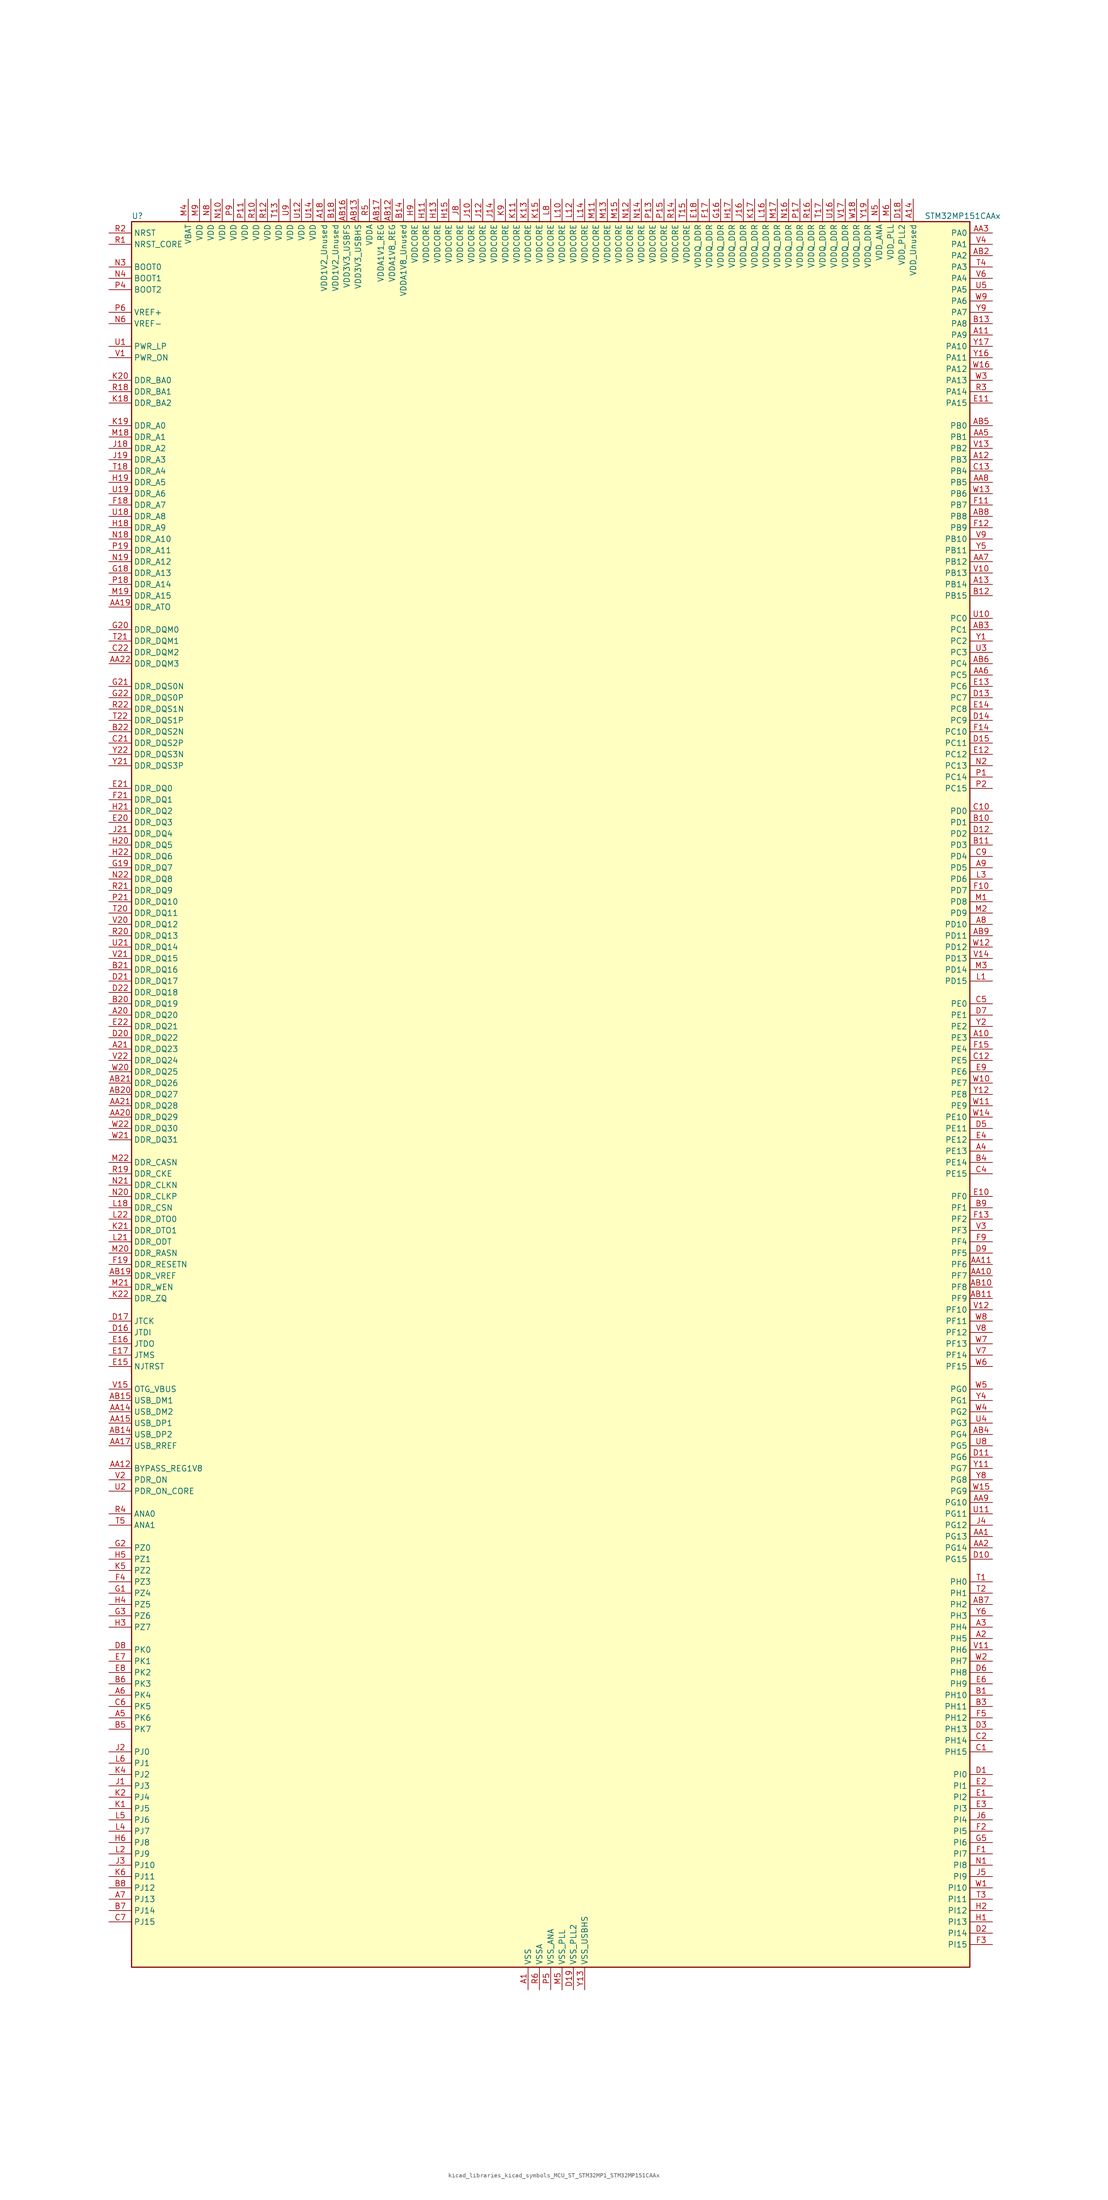
<source format=kicad_sym>
(kicad_symbol_lib
  (version 20220914)
  (generator kicad_symbol_editor)
  (symbol "kicad_libraries_kicad_symbols_MCU_ST_STM32MP1_STM32MP151CAAx"
    (property "Reference" "U"
      (at -93.98 196.85 0)
      (effects (font (size 1.27 1.27)) (justify left)))
    (property "Value" "STM32MP151CAAx"
      (at 83.82 196.85 0)
      (effects (font (size 1.27 1.27)) (justify left)))
    (property "ki_locked" ""
      (at 0 0 0)
      (effects (font (size 1.27 1.27))))
    (symbol "kicad_libraries_kicad_symbols_MCU_ST_STM32MP1_STM32MP151CAAx_0_1"
      (rectangle (start -93.98 -195.58) (end 93.98 195.58) (stroke (width 0.254) (type default)) (fill (type background))))
    (symbol "kicad_libraries_kicad_symbols_MCU_ST_STM32MP1_STM32MP151CAAx_1_1"
      (pin power_in line (at -5.08 -200.66 90) (length 5.08) (name "VSS" (effects (font (size 1.27 1.27)))) (number "A1" (effects (font (size 1.27 1.27)))))
      (pin bidirectional line (at 99.06 12.7 180) (length 5.08) (name "PE3" (effects (font (size 1.27 1.27)))) (number "A10" (effects (font (size 1.27 1.27)))) (alternate "DEBUG_TRACED0" bidirectional line) (alternate "FMC_A19" bidirectional line) (alternate "SAI1_SD_B" bidirectional line) (alternate "SDMMC2_CK" bidirectional line) (alternate "TIM15_BKIN" bidirectional line))
      (pin bidirectional line (at 99.06 170.18 180) (length 5.08) (name "PA9" (effects (font (size 1.27 1.27)))) (number "A11" (effects (font (size 1.27 1.27)))) (alternate "DAC1_EXTI9" bidirectional line) (alternate "DCMI_D0" bidirectional line) (alternate "I2C3_SMBA" bidirectional line) (alternate "I2S2_CK" bidirectional line) (alternate "LTDC_R5" bidirectional line) (alternate "SDMMC2_CDIR" bidirectional line) (alternate "SDMMC2_D5" bidirectional line) (alternate "SPI2_SCK" bidirectional line) (alternate "TIM1_CH2" bidirectional line) (alternate "USART1_TX" bidirectional line))
      (pin bidirectional line (at 99.06 142.24 180) (length 5.08) (name "PB3" (effects (font (size 1.27 1.27)))) (number "A12" (effects (font (size 1.27 1.27)))) (alternate "DEBUG_TRACED9" bidirectional line) (alternate "I2S1_CK" bidirectional line) (alternate "I2S3_CK" bidirectional line) (alternate "SAI4_CK1" bidirectional line) (alternate "SAI4_MCLK_A" bidirectional line) (alternate "SDMMC2_D2" bidirectional line) (alternate "SPI1_SCK" bidirectional line) (alternate "SPI3_SCK" bidirectional line) (alternate "SPI6_SCK" bidirectional line) (alternate "TIM2_CH2" bidirectional line) (alternate "UART7_RX" bidirectional line))
      (pin bidirectional line (at 99.06 114.3 180) (length 5.08) (name "PB14" (effects (font (size 1.27 1.27)))) (number "A13" (effects (font (size 1.27 1.27)))) (alternate "DFSDM1_DATIN2" bidirectional line) (alternate "I2S2_SDI" bidirectional line) (alternate "SDMMC2_D0" bidirectional line) (alternate "SPI2_MISO" bidirectional line) (alternate "TIM12_CH1" bidirectional line) (alternate "TIM1_CH2N" bidirectional line) (alternate "TIM8_CH2N" bidirectional line) (alternate "USART1_TX" bidirectional line) (alternate "USART3_DE" bidirectional line) (alternate "USART3_RTS" bidirectional line))
      (pin power_in line (at 81.28 200.66 270) (length 5.08) (name "VDD_Unused" (effects (font (size 1.27 1.27)))) (number "A14" (effects (font (size 1.27 1.27)))))
      (pin no_connect line (at -93.98 -195.58 0) (length 5.08) hide (name "DNU" (effects (font (size 1.27 1.27)))) (number "A15" (effects (font (size 1.27 1.27)))))
      (pin no_connect line (at -93.98 -193.04 0) (length 5.08) hide (name "DNU" (effects (font (size 1.27 1.27)))) (number "A16" (effects (font (size 1.27 1.27)))))
      (pin no_connect line (at -93.98 -190.5 0) (length 5.08) hide (name "DNU" (effects (font (size 1.27 1.27)))) (number "A17" (effects (font (size 1.27 1.27)))))
      (pin power_in line (at -50.8 200.66 270) (length 5.08) (name "VDD1V2_Unused" (effects (font (size 1.27 1.27)))) (number "A18" (effects (font (size 1.27 1.27)))))
      (pin passive line (at -5.08 -200.66 90) (length 5.08) hide (name "VSS" (effects (font (size 1.27 1.27)))) (number "A19" (effects (font (size 1.27 1.27)))))
      (pin bidirectional line (at 99.06 -121.92 180) (length 5.08) (name "PH5" (effects (font (size 1.27 1.27)))) (number "A2" (effects (font (size 1.27 1.27)))) (alternate "I2C2_SDA" bidirectional line) (alternate "SAI4_SD_B" bidirectional line) (alternate "SPI5_NSS" bidirectional line))
      (pin bidirectional line (at -99.06 17.78 0) (length 5.08) (name "DDR_DQ20" (effects (font (size 1.27 1.27)))) (number "A20" (effects (font (size 1.27 1.27)))) (alternate "DDR_DQ20" bidirectional line))
      (pin bidirectional line (at -99.06 10.16 0) (length 5.08) (name "DDR_DQ23" (effects (font (size 1.27 1.27)))) (number "A21" (effects (font (size 1.27 1.27)))) (alternate "DDR_DQ23" bidirectional line))
      (pin passive line (at -5.08 -200.66 90) (length 5.08) hide (name "VSS" (effects (font (size 1.27 1.27)))) (number "A22" (effects (font (size 1.27 1.27)))))
      (pin bidirectional line (at 99.06 -119.38 180) (length 5.08) (name "PH4" (effects (font (size 1.27 1.27)))) (number "A3" (effects (font (size 1.27 1.27)))) (alternate "I2C2_SCL" bidirectional line) (alternate "LTDC_G4" bidirectional line) (alternate "LTDC_G5" bidirectional line))
      (pin bidirectional line (at 99.06 -12.7 180) (length 5.08) (name "PE13" (effects (font (size 1.27 1.27)))) (number "A4" (effects (font (size 1.27 1.27)))) (alternate "DCMI_D6" bidirectional line) (alternate "DFSDM1_CKIN5" bidirectional line) (alternate "FMC_D10" bidirectional line) (alternate "FMC_DA10" bidirectional line) (alternate "HDP_HDP2" bidirectional line) (alternate "LTDC_DE" bidirectional line) (alternate "SAI2_FS_B" bidirectional line) (alternate "SPI4_MISO" bidirectional line) (alternate "TIM1_CH3" bidirectional line))
      (pin bidirectional line (at -99.06 -139.7 0) (length 5.08) (name "PK6" (effects (font (size 1.27 1.27)))) (number "A5" (effects (font (size 1.27 1.27)))) (alternate "DEBUG_TRACED7" bidirectional line) (alternate "HDP_HDP7" bidirectional line) (alternate "LTDC_B7" bidirectional line))
      (pin bidirectional line (at -99.06 -134.62 0) (length 5.08) (name "PK4" (effects (font (size 1.27 1.27)))) (number "A6" (effects (font (size 1.27 1.27)))) (alternate "LTDC_B5" bidirectional line))
      (pin bidirectional line (at -99.06 -180.34 0) (length 5.08) (name "PJ13" (effects (font (size 1.27 1.27)))) (number "A7" (effects (font (size 1.27 1.27)))) (alternate "LTDC_B1" bidirectional line) (alternate "LTDC_G4" bidirectional line))
      (pin bidirectional line (at 99.06 38.1 180) (length 5.08) (name "PD10" (effects (font (size 1.27 1.27)))) (number "A8" (effects (font (size 1.27 1.27)))) (alternate "DFSDM1_CKOUT" bidirectional line) (alternate "FMC_D15" bidirectional line) (alternate "FMC_DA15" bidirectional line) (alternate "I2C5_SMBA" bidirectional line) (alternate "I2S3_SDI" bidirectional line) (alternate "LTDC_B3" bidirectional line) (alternate "RTC_REFIN" bidirectional line) (alternate "SAI3_FS_B" bidirectional line) (alternate "SPI3_MISO" bidirectional line) (alternate "TIM16_BKIN" bidirectional line) (alternate "USART3_CK" bidirectional line))
      (pin bidirectional line (at 99.06 50.8 180) (length 5.08) (name "PD5" (effects (font (size 1.27 1.27)))) (number "A9" (effects (font (size 1.27 1.27)))) (alternate "FMC_NWE" bidirectional line) (alternate "SDMMC3_D2" bidirectional line) (alternate "USART2_TX" bidirectional line))
      (pin bidirectional line (at 99.06 -99.06 180) (length 5.08) (name "PG13" (effects (font (size 1.27 1.27)))) (number "AA1" (effects (font (size 1.27 1.27)))) (alternate "DEBUG_TRACED0" bidirectional line) (alternate "ETH1_TXD0" bidirectional line) (alternate "FMC_A24" bidirectional line) (alternate "LPTIM1_OUT" bidirectional line) (alternate "LTDC_R0" bidirectional line) (alternate "SAI1_CK2" bidirectional line) (alternate "SAI1_SCK_A" bidirectional line) (alternate "SAI4_CK1" bidirectional line) (alternate "SAI4_MCLK_A" bidirectional line) (alternate "SPI6_SCK" bidirectional line) (alternate "USART6_CTS" bidirectional line) (alternate "USART6_NSS" bidirectional line))
      (pin bidirectional line (at 99.06 -40.64 180) (length 5.08) (name "PF7" (effects (font (size 1.27 1.27)))) (number "AA10" (effects (font (size 1.27 1.27)))) (alternate "QUADSPI_BK1_IO2" bidirectional line) (alternate "SAI1_MCLK_B" bidirectional line) (alternate "SPI5_SCK" bidirectional line) (alternate "TIM17_CH1" bidirectional line) (alternate "UART7_TX" bidirectional line))
      (pin bidirectional line (at 99.06 -38.1 180) (length 5.08) (name "PF6" (effects (font (size 1.27 1.27)))) (number "AA11" (effects (font (size 1.27 1.27)))) (alternate "QUADSPI_BK1_IO3" bidirectional line) (alternate "SAI1_SD_B" bidirectional line) (alternate "SAI4_SCK_B" bidirectional line) (alternate "SPI5_NSS" bidirectional line) (alternate "TIM16_CH1" bidirectional line) (alternate "UART7_RX" bidirectional line))
      (pin bidirectional line (at -99.06 -83.82 0) (length 5.08) (name "BYPASS_REG1V8" (effects (font (size 1.27 1.27)))) (number "AA12" (effects (font (size 1.27 1.27)))))
      (pin passive line (at 7.62 -200.66 90) (length 5.08) hide (name "VSS_USBHS" (effects (font (size 1.27 1.27)))) (number "AA13" (effects (font (size 1.27 1.27)))))
      (pin bidirectional line (at -99.06 -71.12 0) (length 5.08) (name "USB_DM2" (effects (font (size 1.27 1.27)))) (number "AA14" (effects (font (size 1.27 1.27)))) (alternate "USBH_HS2_DM" bidirectional line) (alternate "USB_OTG_HS_DM" bidirectional line))
      (pin bidirectional line (at -99.06 -73.66 0) (length 5.08) (name "USB_DP1" (effects (font (size 1.27 1.27)))) (number "AA15" (effects (font (size 1.27 1.27)))) (alternate "USBH_HS1_DP" bidirectional line))
      (pin passive line (at 7.62 -200.66 90) (length 5.08) hide (name "VSS_USBHS" (effects (font (size 1.27 1.27)))) (number "AA16" (effects (font (size 1.27 1.27)))))
      (pin bidirectional line (at -99.06 -78.74 0) (length 5.08) (name "USB_RREF" (effects (font (size 1.27 1.27)))) (number "AA17" (effects (font (size 1.27 1.27)))))
      (pin passive line (at -5.08 -200.66 90) (length 5.08) hide (name "VSS" (effects (font (size 1.27 1.27)))) (number "AA18" (effects (font (size 1.27 1.27)))))
      (pin bidirectional line (at -99.06 109.22 0) (length 5.08) (name "DDR_ATO" (effects (font (size 1.27 1.27)))) (number "AA19" (effects (font (size 1.27 1.27)))) (alternate "DDR_ATO" bidirectional line))
      (pin bidirectional line (at 99.06 -101.6 180) (length 5.08) (name "PG14" (effects (font (size 1.27 1.27)))) (number "AA2" (effects (font (size 1.27 1.27)))) (alternate "DEBUG_TRACED1" bidirectional line) (alternate "ETH1_TXD1" bidirectional line) (alternate "FMC_A25" bidirectional line) (alternate "LPTIM1_ETR" bidirectional line) (alternate "LTDC_B0" bidirectional line) (alternate "QUADSPI_BK2_IO3" bidirectional line) (alternate "SAI4_D1" bidirectional line) (alternate "SAI4_SD_A" bidirectional line) (alternate "SPI6_MOSI" bidirectional line) (alternate "USART6_TX" bidirectional line))
      (pin bidirectional line (at -99.06 -5.08 0) (length 5.08) (name "DDR_DQ29" (effects (font (size 1.27 1.27)))) (number "AA20" (effects (font (size 1.27 1.27)))) (alternate "DDR_DQ29" bidirectional line))
      (pin bidirectional line (at -99.06 -2.54 0) (length 5.08) (name "DDR_DQ28" (effects (font (size 1.27 1.27)))) (number "AA21" (effects (font (size 1.27 1.27)))) (alternate "DDR_DQ28" bidirectional line))
      (pin bidirectional line (at -99.06 96.52 0) (length 5.08) (name "DDR_DQM3" (effects (font (size 1.27 1.27)))) (number "AA22" (effects (font (size 1.27 1.27)))) (alternate "DDR_DQM3" bidirectional line))
      (pin bidirectional line (at 99.06 193.04 180) (length 5.08) (name "PA0" (effects (font (size 1.27 1.27)))) (number "AA3" (effects (font (size 1.27 1.27)))) (alternate "ADC1_INP16" bidirectional line) (alternate "ETH1_CRS" bidirectional line) (alternate "PWR_WKUP1" bidirectional line) (alternate "SAI2_SD_B" bidirectional line) (alternate "SDMMC2_CMD" bidirectional line) (alternate "TIM15_BKIN" bidirectional line) (alternate "TIM2_CH1" bidirectional line) (alternate "TIM2_ETR" bidirectional line) (alternate "TIM5_CH1" bidirectional line) (alternate "TIM8_ETR" bidirectional line) (alternate "UART4_TX" bidirectional line) (alternate "USART2_CTS" bidirectional line) (alternate "USART2_NSS" bidirectional line))
      (pin passive line (at -5.08 -200.66 90) (length 5.08) hide (name "VSS" (effects (font (size 1.27 1.27)))) (number "AA4" (effects (font (size 1.27 1.27)))))
      (pin bidirectional line (at 99.06 147.32 180) (length 5.08) (name "PB1" (effects (font (size 1.27 1.27)))) (number "AA5" (effects (font (size 1.27 1.27)))) (alternate "ADC1_INP5" bidirectional line) (alternate "ADC2_INP5" bidirectional line) (alternate "DFSDM1_DATIN1" bidirectional line) (alternate "ETH1_RXD3" bidirectional line) (alternate "LTDC_G0" bidirectional line) (alternate "LTDC_R6" bidirectional line) (alternate "TIM1_CH3N" bidirectional line) (alternate "TIM3_CH4" bidirectional line) (alternate "TIM8_CH3N" bidirectional line))
      (pin bidirectional line (at 99.06 93.98 180) (length 5.08) (name "PC5" (effects (font (size 1.27 1.27)))) (number "AA6" (effects (font (size 1.27 1.27)))) (alternate "ADC1_INN4" bidirectional line) (alternate "ADC1_INP8" bidirectional line) (alternate "ADC2_INN4" bidirectional line) (alternate "ADC2_INP8" bidirectional line) (alternate "DFSDM1_DATIN2" bidirectional line) (alternate "ETH1_RXD1" bidirectional line) (alternate "SAI1_D3" bidirectional line) (alternate "SAI1_D4" bidirectional line) (alternate "SAI4_D3" bidirectional line) (alternate "SAI4_D4" bidirectional line) (alternate "SPDIFRX_IN3" bidirectional line))
      (pin bidirectional line (at 99.06 119.38 180) (length 5.08) (name "PB12" (effects (font (size 1.27 1.27)))) (number "AA7" (effects (font (size 1.27 1.27)))) (alternate "DFSDM1_DATIN1" bidirectional line) (alternate "ETH1_TXD0" bidirectional line) (alternate "I2C2_SMBA" bidirectional line) (alternate "I2C6_SMBA" bidirectional line) (alternate "I2S2_WS" bidirectional line) (alternate "SPI2_NSS" bidirectional line) (alternate "TIM1_BKIN" bidirectional line) (alternate "UART5_RX" bidirectional line) (alternate "USART3_CK" bidirectional line) (alternate "USART3_RX" bidirectional line))
      (pin bidirectional line (at 99.06 137.16 180) (length 5.08) (name "PB5" (effects (font (size 1.27 1.27)))) (number "AA8" (effects (font (size 1.27 1.27)))) (alternate "DCMI_D10" bidirectional line) (alternate "ETH1_CLK" bidirectional line) (alternate "ETH1_PPS_OUT" bidirectional line) (alternate "I2C1_SMBA" bidirectional line) (alternate "I2C4_SMBA" bidirectional line) (alternate "I2S1_SDO" bidirectional line) (alternate "I2S3_SDO" bidirectional line) (alternate "LTDC_G7" bidirectional line) (alternate "SAI4_D1" bidirectional line) (alternate "SAI4_SD_A" bidirectional line) (alternate "SPI1_MOSI" bidirectional line) (alternate "SPI3_MOSI" bidirectional line) (alternate "SPI6_MOSI" bidirectional line) (alternate "TIM17_BKIN" bidirectional line) (alternate "TIM3_CH2" bidirectional line) (alternate "UART5_RX" bidirectional line))
      (pin bidirectional line (at 99.06 -91.44 180) (length 5.08) (name "PG10" (effects (font (size 1.27 1.27)))) (number "AA9" (effects (font (size 1.27 1.27)))) (alternate "DCMI_D2" bidirectional line) (alternate "DEBUG_TRACED10" bidirectional line) (alternate "FMC_NE3" bidirectional line) (alternate "LTDC_B2" bidirectional line) (alternate "LTDC_G3" bidirectional line) (alternate "QUADSPI_BK2_IO2" bidirectional line) (alternate "SAI2_SD_B" bidirectional line) (alternate "UART8_CTS" bidirectional line))
      (pin passive line (at -5.08 -200.66 90) (length 5.08) hide (name "VSS" (effects (font (size 1.27 1.27)))) (number "AB1" (effects (font (size 1.27 1.27)))))
      (pin bidirectional line (at 99.06 -43.18 180) (length 5.08) (name "PF8" (effects (font (size 1.27 1.27)))) (number "AB10" (effects (font (size 1.27 1.27)))) (alternate "DEBUG_TRACED12" bidirectional line) (alternate "QUADSPI_BK1_IO0" bidirectional line) (alternate "SAI1_SCK_B" bidirectional line) (alternate "SPI5_MISO" bidirectional line) (alternate "TIM13_CH1" bidirectional line) (alternate "TIM16_CH1N" bidirectional line) (alternate "UART7_DE" bidirectional line) (alternate "UART7_RTS" bidirectional line))
      (pin bidirectional line (at 99.06 -45.72 180) (length 5.08) (name "PF9" (effects (font (size 1.27 1.27)))) (number "AB11" (effects (font (size 1.27 1.27)))) (alternate "DAC1_EXTI9" bidirectional line) (alternate "DEBUG_TRACED13" bidirectional line) (alternate "QUADSPI_BK1_IO1" bidirectional line) (alternate "SAI1_FS_B" bidirectional line) (alternate "SPI5_MOSI" bidirectional line) (alternate "TIM14_CH1" bidirectional line) (alternate "TIM17_CH1N" bidirectional line) (alternate "UART7_CTS" bidirectional line))
      (pin power_in line (at -35.56 200.66 270) (length 5.08) (name "VDDA1V8_REG" (effects (font (size 1.27 1.27)))) (number "AB12" (effects (font (size 1.27 1.27)))))
      (pin power_in line (at -43.18 200.66 270) (length 5.08) (name "VDD3V3_USBHS" (effects (font (size 1.27 1.27)))) (number "AB13" (effects (font (size 1.27 1.27)))))
      (pin bidirectional line (at -99.06 -76.2 0) (length 5.08) (name "USB_DP2" (effects (font (size 1.27 1.27)))) (number "AB14" (effects (font (size 1.27 1.27)))) (alternate "USBH_HS2_DP" bidirectional line) (alternate "USB_OTG_HS_DP" bidirectional line))
      (pin bidirectional line (at -99.06 -68.58 0) (length 5.08) (name "USB_DM1" (effects (font (size 1.27 1.27)))) (number "AB15" (effects (font (size 1.27 1.27)))) (alternate "USBH_HS1_DM" bidirectional line))
      (pin power_in line (at -45.72 200.66 270) (length 5.08) (name "VDD3V3_USBFS" (effects (font (size 1.27 1.27)))) (number "AB16" (effects (font (size 1.27 1.27)))))
      (pin power_in line (at -38.1 200.66 270) (length 5.08) (name "VDDA1V1_REG" (effects (font (size 1.27 1.27)))) (number "AB17" (effects (font (size 1.27 1.27)))))
      (pin passive line (at -5.08 -200.66 90) (length 5.08) hide (name "VSS" (effects (font (size 1.27 1.27)))) (number "AB18" (effects (font (size 1.27 1.27)))))
      (pin bidirectional line (at -99.06 -40.64 0) (length 5.08) (name "DDR_VREF" (effects (font (size 1.27 1.27)))) (number "AB19" (effects (font (size 1.27 1.27)))) (alternate "DDR_VREF" bidirectional line))
      (pin bidirectional line (at 99.06 187.96 180) (length 5.08) (name "PA2" (effects (font (size 1.27 1.27)))) (number "AB2" (effects (font (size 1.27 1.27)))) (alternate "ADC1_INP14" bidirectional line) (alternate "ETH1_MDIO" bidirectional line) (alternate "LPTIM4_OUT" bidirectional line) (alternate "LTDC_R1" bidirectional line) (alternate "PWR_WKUP2" bidirectional line) (alternate "SAI2_SCK_B" bidirectional line) (alternate "SDMMC2_D0DIR" bidirectional line) (alternate "TIM15_CH1" bidirectional line) (alternate "TIM2_CH3" bidirectional line) (alternate "TIM5_CH3" bidirectional line) (alternate "USART2_TX" bidirectional line))
      (pin bidirectional line (at -99.06 0 0) (length 5.08) (name "DDR_DQ27" (effects (font (size 1.27 1.27)))) (number "AB20" (effects (font (size 1.27 1.27)))) (alternate "DDR_DQ27" bidirectional line))
      (pin bidirectional line (at -99.06 2.54 0) (length 5.08) (name "DDR_DQ26" (effects (font (size 1.27 1.27)))) (number "AB21" (effects (font (size 1.27 1.27)))) (alternate "DDR_DQ26" bidirectional line))
      (pin passive line (at -5.08 -200.66 90) (length 5.08) hide (name "VSS" (effects (font (size 1.27 1.27)))) (number "AB22" (effects (font (size 1.27 1.27)))))
      (pin bidirectional line (at 99.06 104.14 180) (length 5.08) (name "PC1" (effects (font (size 1.27 1.27)))) (number "AB3" (effects (font (size 1.27 1.27)))) (alternate "ADC1_INN10" bidirectional line) (alternate "ADC1_INP11" bidirectional line) (alternate "ADC2_INN10" bidirectional line) (alternate "ADC2_INP11" bidirectional line) (alternate "DEBUG_TRACED0" bidirectional line) (alternate "DFSDM1_CKIN4" bidirectional line) (alternate "DFSDM1_DATIN0" bidirectional line) (alternate "ETH1_MDC" bidirectional line) (alternate "I2S2_SDO" bidirectional line) (alternate "PWR_WKUP6" bidirectional line) (alternate "SAI1_D1" bidirectional line) (alternate "SAI1_SD_A" bidirectional line) (alternate "SDMMC2_CK" bidirectional line) (alternate "SPI2_MOSI" bidirectional line) (alternate "TAMP_IN3" bidirectional line))
      (pin bidirectional line (at 99.06 -76.2 180) (length 5.08) (name "PG4" (effects (font (size 1.27 1.27)))) (number "AB4" (effects (font (size 1.27 1.27)))) (alternate "ETH1_GTX_CLK" bidirectional line) (alternate "FMC_A14" bidirectional line) (alternate "TIM1_BKIN2" bidirectional line))
      (pin bidirectional line (at 99.06 149.86 180) (length 5.08) (name "PB0" (effects (font (size 1.27 1.27)))) (number "AB5" (effects (font (size 1.27 1.27)))) (alternate "ADC1_INN5" bidirectional line) (alternate "ADC1_INP9" bidirectional line) (alternate "ADC2_INN5" bidirectional line) (alternate "ADC2_INP9" bidirectional line) (alternate "DFSDM1_CKOUT" bidirectional line) (alternate "ETH1_RXD2" bidirectional line) (alternate "LTDC_G1" bidirectional line) (alternate "LTDC_R3" bidirectional line) (alternate "TIM1_CH2N" bidirectional line) (alternate "TIM3_CH3" bidirectional line) (alternate "TIM8_CH2N" bidirectional line) (alternate "UART4_CTS" bidirectional line))
      (pin bidirectional line (at 99.06 96.52 180) (length 5.08) (name "PC4" (effects (font (size 1.27 1.27)))) (number "AB6" (effects (font (size 1.27 1.27)))) (alternate "ADC1_INP4" bidirectional line) (alternate "ADC2_INP4" bidirectional line) (alternate "DFSDM1_CKIN2" bidirectional line) (alternate "ETH1_RXD0" bidirectional line) (alternate "I2S1_MCK" bidirectional line) (alternate "SPDIFRX_IN2" bidirectional line))
      (pin bidirectional line (at 99.06 -114.3 180) (length 5.08) (name "PH2" (effects (font (size 1.27 1.27)))) (number "AB7" (effects (font (size 1.27 1.27)))) (alternate "ETH1_CRS" bidirectional line) (alternate "LPTIM1_IN2" bidirectional line) (alternate "LTDC_R0" bidirectional line) (alternate "QUADSPI_BK2_IO0" bidirectional line) (alternate "SAI2_SCK_B" bidirectional line))
      (pin bidirectional line (at 99.06 129.54 180) (length 5.08) (name "PB8" (effects (font (size 1.27 1.27)))) (number "AB8" (effects (font (size 1.27 1.27)))) (alternate "DCMI_D6" bidirectional line) (alternate "DFSDM1_CKIN7" bidirectional line) (alternate "ETH1_TXD3" bidirectional line) (alternate "HDP_HDP6" bidirectional line) (alternate "I2C1_SCL" bidirectional line) (alternate "I2C4_SCL" bidirectional line) (alternate "LTDC_B6" bidirectional line) (alternate "SDMMC1_CKIN" bidirectional line) (alternate "SDMMC1_D4" bidirectional line) (alternate "SDMMC2_CKIN" bidirectional line) (alternate "SDMMC2_D4" bidirectional line) (alternate "TIM16_CH1" bidirectional line) (alternate "TIM4_CH3" bidirectional line) (alternate "UART4_RX" bidirectional line))
      (pin bidirectional line (at 99.06 35.56 180) (length 5.08) (name "PD11" (effects (font (size 1.27 1.27)))) (number "AB9" (effects (font (size 1.27 1.27)))) (alternate "ADC1_EXTI11" bidirectional line) (alternate "ADC2_EXTI11" bidirectional line) (alternate "FMC_A16" bidirectional line) (alternate "FMC_CLE" bidirectional line) (alternate "I2C1_SMBA" bidirectional line) (alternate "I2C4_SMBA" bidirectional line) (alternate "LPTIM2_IN2" bidirectional line) (alternate "QUADSPI_BK1_IO0" bidirectional line) (alternate "SAI2_SD_A" bidirectional line) (alternate "USART3_CTS" bidirectional line) (alternate "USART3_NSS" bidirectional line))
      (pin bidirectional line (at 99.06 -134.62 180) (length 5.08) (name "PH10" (effects (font (size 1.27 1.27)))) (number "B1" (effects (font (size 1.27 1.27)))) (alternate "DCMI_D1" bidirectional line) (alternate "I2C1_SMBA" bidirectional line) (alternate "I2C4_SMBA" bidirectional line) (alternate "LTDC_R4" bidirectional line) (alternate "TIM5_CH1" bidirectional line))
      (pin bidirectional line (at 99.06 60.96 180) (length 5.08) (name "PD1" (effects (font (size 1.27 1.27)))) (number "B10" (effects (font (size 1.27 1.27)))) (alternate "DFSDM1_CKIN7" bidirectional line) (alternate "DFSDM1_DATIN6" bidirectional line) (alternate "FMC_D3" bidirectional line) (alternate "FMC_DA3" bidirectional line) (alternate "I2C5_SCL" bidirectional line) (alternate "I2C6_SCL" bidirectional line) (alternate "SAI3_SD_A" bidirectional line) (alternate "SDMMC3_D0" bidirectional line) (alternate "UART4_TX" bidirectional line))
      (pin bidirectional line (at 99.06 55.88 180) (length 5.08) (name "PD3" (effects (font (size 1.27 1.27)))) (number "B11" (effects (font (size 1.27 1.27)))) (alternate "DCMI_D5" bidirectional line) (alternate "DFSDM1_CKOUT" bidirectional line) (alternate "DFSDM1_DATIN0" bidirectional line) (alternate "FMC_CLK" bidirectional line) (alternate "HDP_HDP5" bidirectional line) (alternate "I2S2_CK" bidirectional line) (alternate "LTDC_G7" bidirectional line) (alternate "SDMMC1_D123DIR" bidirectional line) (alternate "SDMMC1_D7" bidirectional line) (alternate "SDMMC2_D123DIR" bidirectional line) (alternate "SDMMC2_D7" bidirectional line) (alternate "SPI2_SCK" bidirectional line) (alternate "USART2_CTS" bidirectional line) (alternate "USART2_NSS" bidirectional line))
      (pin bidirectional line (at 99.06 111.76 180) (length 5.08) (name "PB15" (effects (font (size 1.27 1.27)))) (number "B12" (effects (font (size 1.27 1.27)))) (alternate "ADC1_EXTI15" bidirectional line) (alternate "ADC2_EXTI15" bidirectional line) (alternate "DFSDM1_CKIN2" bidirectional line) (alternate "I2S2_SDO" bidirectional line) (alternate "RTC_REFIN" bidirectional line) (alternate "SDMMC2_D1" bidirectional line) (alternate "SPI2_MOSI" bidirectional line) (alternate "TIM12_CH2" bidirectional line) (alternate "TIM1_CH3N" bidirectional line) (alternate "TIM8_CH3N" bidirectional line) (alternate "USART1_RX" bidirectional line))
      (pin bidirectional line (at 99.06 172.72 180) (length 5.08) (name "PA8" (effects (font (size 1.27 1.27)))) (number "B13" (effects (font (size 1.27 1.27)))) (alternate "I2C3_SCL" bidirectional line) (alternate "I2S3_SDO" bidirectional line) (alternate "LTDC_R6" bidirectional line) (alternate "RCC_MCO_1" bidirectional line) (alternate "SAI4_SD_B" bidirectional line) (alternate "SDMMC2_CKIN" bidirectional line) (alternate "SDMMC2_D4" bidirectional line) (alternate "SPI3_MOSI" bidirectional line) (alternate "TIM1_CH1" bidirectional line) (alternate "TIM8_BKIN2" bidirectional line) (alternate "UART7_RX" bidirectional line) (alternate "USART1_CK" bidirectional line) (alternate "USB_OTG_HS_SOF" bidirectional line))
      (pin power_in line (at -33.02 200.66 270) (length 5.08) (name "VDDA1V8_Unused" (effects (font (size 1.27 1.27)))) (number "B14" (effects (font (size 1.27 1.27)))))
      (pin no_connect line (at -93.98 -187.96 0) (length 5.08) hide (name "DNU" (effects (font (size 1.27 1.27)))) (number "B15" (effects (font (size 1.27 1.27)))))
      (pin no_connect line (at -93.98 -185.42 0) (length 5.08) hide (name "DNU" (effects (font (size 1.27 1.27)))) (number "B16" (effects (font (size 1.27 1.27)))))
      (pin no_connect line (at -93.98 -182.88 0) (length 5.08) hide (name "DNU" (effects (font (size 1.27 1.27)))) (number "B17" (effects (font (size 1.27 1.27)))))
      (pin power_in line (at -48.26 200.66 270) (length 5.08) (name "VDD1V2_Unused" (effects (font (size 1.27 1.27)))) (number "B18" (effects (font (size 1.27 1.27)))))
      (pin passive line (at -5.08 -200.66 90) (length 5.08) hide (name "VSS" (effects (font (size 1.27 1.27)))) (number "B19" (effects (font (size 1.27 1.27)))))
      (pin passive line (at -5.08 -200.66 90) (length 5.08) hide (name "VSS" (effects (font (size 1.27 1.27)))) (number "B2" (effects (font (size 1.27 1.27)))))
      (pin bidirectional line (at -99.06 20.32 0) (length 5.08) (name "DDR_DQ19" (effects (font (size 1.27 1.27)))) (number "B20" (effects (font (size 1.27 1.27)))) (alternate "DDR_DQ19" bidirectional line))
      (pin bidirectional line (at -99.06 27.94 0) (length 5.08) (name "DDR_DQ16" (effects (font (size 1.27 1.27)))) (number "B21" (effects (font (size 1.27 1.27)))) (alternate "DDR_DQ16" bidirectional line))
      (pin bidirectional line (at -99.06 81.28 0) (length 5.08) (name "DDR_DQS2N" (effects (font (size 1.27 1.27)))) (number "B22" (effects (font (size 1.27 1.27)))) (alternate "DDR_DQS2N" bidirectional line))
      (pin bidirectional line (at 99.06 -137.16 180) (length 5.08) (name "PH11" (effects (font (size 1.27 1.27)))) (number "B3" (effects (font (size 1.27 1.27)))) (alternate "ADC1_EXTI11" bidirectional line) (alternate "ADC2_EXTI11" bidirectional line) (alternate "DCMI_D2" bidirectional line) (alternate "I2C1_SCL" bidirectional line) (alternate "I2C4_SCL" bidirectional line) (alternate "LTDC_R5" bidirectional line) (alternate "TIM5_CH2" bidirectional line))
      (pin bidirectional line (at 99.06 -15.24 180) (length 5.08) (name "PE14" (effects (font (size 1.27 1.27)))) (number "B4" (effects (font (size 1.27 1.27)))) (alternate "FMC_D11" bidirectional line) (alternate "FMC_DA11" bidirectional line) (alternate "LTDC_CLK" bidirectional line) (alternate "LTDC_G0" bidirectional line) (alternate "SAI2_MCLK_B" bidirectional line) (alternate "SDMMC1_D123DIR" bidirectional line) (alternate "SPI4_MOSI" bidirectional line) (alternate "TIM1_CH4" bidirectional line) (alternate "UART8_DE" bidirectional line) (alternate "UART8_RTS" bidirectional line))
      (pin bidirectional line (at -99.06 -142.24 0) (length 5.08) (name "PK7" (effects (font (size 1.27 1.27)))) (number "B5" (effects (font (size 1.27 1.27)))) (alternate "LTDC_DE" bidirectional line))
      (pin bidirectional line (at -99.06 -132.08 0) (length 5.08) (name "PK3" (effects (font (size 1.27 1.27)))) (number "B6" (effects (font (size 1.27 1.27)))) (alternate "LTDC_B4" bidirectional line))
      (pin bidirectional line (at -99.06 -182.88 0) (length 5.08) (name "PJ14" (effects (font (size 1.27 1.27)))) (number "B7" (effects (font (size 1.27 1.27)))) (alternate "LTDC_B2" bidirectional line))
      (pin bidirectional line (at -99.06 -177.8 0) (length 5.08) (name "PJ12" (effects (font (size 1.27 1.27)))) (number "B8" (effects (font (size 1.27 1.27)))) (alternate "LTDC_B0" bidirectional line) (alternate "LTDC_G3" bidirectional line))
      (pin bidirectional line (at 99.06 -25.4 180) (length 5.08) (name "PF1" (effects (font (size 1.27 1.27)))) (number "B9" (effects (font (size 1.27 1.27)))) (alternate "FMC_A1" bidirectional line) (alternate "I2C2_SCL" bidirectional line) (alternate "SDMMC3_CDIR" bidirectional line) (alternate "SDMMC3_CMD" bidirectional line))
      (pin bidirectional line (at 99.06 -147.32 180) (length 5.08) (name "PH15" (effects (font (size 1.27 1.27)))) (number "C1" (effects (font (size 1.27 1.27)))) (alternate "ADC1_EXTI15" bidirectional line) (alternate "ADC2_EXTI15" bidirectional line) (alternate "DCMI_D11" bidirectional line) (alternate "LTDC_G4" bidirectional line) (alternate "TIM8_CH3N" bidirectional line))
      (pin bidirectional line (at 99.06 63.5 180) (length 5.08) (name "PD0" (effects (font (size 1.27 1.27)))) (number "C10" (effects (font (size 1.27 1.27)))) (alternate "DFSDM1_CKIN6" bidirectional line) (alternate "DFSDM1_DATIN7" bidirectional line) (alternate "FMC_D2" bidirectional line) (alternate "FMC_DA2" bidirectional line) (alternate "I2C5_SDA" bidirectional line) (alternate "I2C6_SDA" bidirectional line) (alternate "SAI3_SCK_A" bidirectional line) (alternate "SDMMC3_CMD" bidirectional line) (alternate "UART4_RX" bidirectional line))
      (pin passive line (at -5.08 -200.66 90) (length 5.08) hide (name "VSS" (effects (font (size 1.27 1.27)))) (number "C11" (effects (font (size 1.27 1.27)))))
      (pin bidirectional line (at 99.06 7.62 180) (length 5.08) (name "PE5" (effects (font (size 1.27 1.27)))) (number "C12" (effects (font (size 1.27 1.27)))) (alternate "DCMI_D6" bidirectional line) (alternate "DEBUG_TRACED3" bidirectional line) (alternate "DFSDM1_CKIN3" bidirectional line) (alternate "FMC_A21" bidirectional line) (alternate "LTDC_G0" bidirectional line) (alternate "SAI1_CK2" bidirectional line) (alternate "SAI1_SCK_A" bidirectional line) (alternate "SDMMC1_D0DIR" bidirectional line) (alternate "SDMMC1_D6" bidirectional line) (alternate "SDMMC2_D0DIR" bidirectional line) (alternate "SDMMC2_D6" bidirectional line) (alternate "SPI4_MISO" bidirectional line) (alternate "TIM15_CH1" bidirectional line))
      (pin bidirectional line (at 99.06 139.7 180) (length 5.08) (name "PB4" (effects (font (size 1.27 1.27)))) (number "C13" (effects (font (size 1.27 1.27)))) (alternate "DEBUG_TRACED8" bidirectional line) (alternate "I2S1_SDI" bidirectional line) (alternate "I2S2_WS" bidirectional line) (alternate "I2S3_SDI" bidirectional line) (alternate "SAI4_CK2" bidirectional line) (alternate "SAI4_SCK_A" bidirectional line) (alternate "SDMMC2_D3" bidirectional line) (alternate "SPI1_MISO" bidirectional line) (alternate "SPI2_NSS" bidirectional line) (alternate "SPI3_MISO" bidirectional line) (alternate "SPI6_MISO" bidirectional line) (alternate "TIM16_BKIN" bidirectional line) (alternate "TIM3_CH1" bidirectional line) (alternate "UART7_TX" bidirectional line))
      (pin passive line (at -5.08 -200.66 90) (length 5.08) hide (name "VSS" (effects (font (size 1.27 1.27)))) (number "C14" (effects (font (size 1.27 1.27)))))
      (pin passive line (at -5.08 -200.66 90) (length 5.08) hide (name "VSS" (effects (font (size 1.27 1.27)))) (number "C15" (effects (font (size 1.27 1.27)))))
      (pin passive line (at -5.08 -200.66 90) (length 5.08) hide (name "VSS" (effects (font (size 1.27 1.27)))) (number "C16" (effects (font (size 1.27 1.27)))))
      (pin passive line (at -5.08 -200.66 90) (length 5.08) hide (name "VSS" (effects (font (size 1.27 1.27)))) (number "C17" (effects (font (size 1.27 1.27)))))
      (pin passive line (at -5.08 -200.66 90) (length 5.08) hide (name "VSS" (effects (font (size 1.27 1.27)))) (number "C18" (effects (font (size 1.27 1.27)))))
      (pin passive line (at -5.08 -200.66 90) (length 5.08) hide (name "VSS" (effects (font (size 1.27 1.27)))) (number "C19" (effects (font (size 1.27 1.27)))))
      (pin bidirectional line (at 99.06 -144.78 180) (length 5.08) (name "PH14" (effects (font (size 1.27 1.27)))) (number "C2" (effects (font (size 1.27 1.27)))) (alternate "DCMI_D4" bidirectional line) (alternate "LTDC_G3" bidirectional line) (alternate "TIM8_CH2N" bidirectional line) (alternate "UART4_RX" bidirectional line))
      (pin passive line (at -5.08 -200.66 90) (length 5.08) hide (name "VSS" (effects (font (size 1.27 1.27)))) (number "C20" (effects (font (size 1.27 1.27)))))
      (pin bidirectional line (at -99.06 78.74 0) (length 5.08) (name "DDR_DQS2P" (effects (font (size 1.27 1.27)))) (number "C21" (effects (font (size 1.27 1.27)))) (alternate "DDR_DQS2P" bidirectional line))
      (pin bidirectional line (at -99.06 99.06 0) (length 5.08) (name "DDR_DQM2" (effects (font (size 1.27 1.27)))) (number "C22" (effects (font (size 1.27 1.27)))) (alternate "DDR_DQM2" bidirectional line))
      (pin passive line (at -5.08 -200.66 90) (length 5.08) hide (name "VSS" (effects (font (size 1.27 1.27)))) (number "C3" (effects (font (size 1.27 1.27)))))
      (pin bidirectional line (at 99.06 -17.78 180) (length 5.08) (name "PE15" (effects (font (size 1.27 1.27)))) (number "C4" (effects (font (size 1.27 1.27)))) (alternate "ADC1_EXTI15" bidirectional line) (alternate "ADC2_EXTI15" bidirectional line) (alternate "FMC_D12" bidirectional line) (alternate "FMC_DA12" bidirectional line) (alternate "FMC_NCE2" bidirectional line) (alternate "HDP_HDP3" bidirectional line) (alternate "LTDC_R7" bidirectional line) (alternate "TIM15_BKIN" bidirectional line) (alternate "TIM1_BKIN" bidirectional line) (alternate "UART8_CTS" bidirectional line) (alternate "USART2_CTS" bidirectional line) (alternate "USART2_NSS" bidirectional line))
      (pin bidirectional line (at 99.06 20.32 180) (length 5.08) (name "PE0" (effects (font (size 1.27 1.27)))) (number "C5" (effects (font (size 1.27 1.27)))) (alternate "DCMI_D2" bidirectional line) (alternate "FMC_NBL0" bidirectional line) (alternate "I2S3_CK" bidirectional line) (alternate "LPTIM1_ETR" bidirectional line) (alternate "LPTIM2_ETR" bidirectional line) (alternate "SAI2_MCLK_A" bidirectional line) (alternate "SAI4_MCLK_B" bidirectional line) (alternate "SPI3_SCK" bidirectional line) (alternate "TIM4_ETR" bidirectional line) (alternate "UART8_RX" bidirectional line))
      (pin bidirectional line (at -99.06 -137.16 0) (length 5.08) (name "PK5" (effects (font (size 1.27 1.27)))) (number "C6" (effects (font (size 1.27 1.27)))) (alternate "DEBUG_TRACED6" bidirectional line) (alternate "HDP_HDP6" bidirectional line) (alternate "LTDC_B6" bidirectional line))
      (pin bidirectional line (at -99.06 -185.42 0) (length 5.08) (name "PJ15" (effects (font (size 1.27 1.27)))) (number "C7" (effects (font (size 1.27 1.27)))) (alternate "ADC1_EXTI15" bidirectional line) (alternate "ADC2_EXTI15" bidirectional line) (alternate "LTDC_B3" bidirectional line))
      (pin passive line (at -5.08 -200.66 90) (length 5.08) hide (name "VSS" (effects (font (size 1.27 1.27)))) (number "C8" (effects (font (size 1.27 1.27)))))
      (pin bidirectional line (at 99.06 53.34 180) (length 5.08) (name "PD4" (effects (font (size 1.27 1.27)))) (number "C9" (effects (font (size 1.27 1.27)))) (alternate "DFSDM1_CKIN0" bidirectional line) (alternate "FMC_NOE" bidirectional line) (alternate "SAI3_FS_A" bidirectional line) (alternate "SDMMC3_D1" bidirectional line) (alternate "USART2_DE" bidirectional line) (alternate "USART2_RTS" bidirectional line))
      (pin bidirectional line (at 99.06 -152.4 180) (length 5.08) (name "PI0" (effects (font (size 1.27 1.27)))) (number "D1" (effects (font (size 1.27 1.27)))) (alternate "DCMI_D13" bidirectional line) (alternate "I2S2_WS" bidirectional line) (alternate "LTDC_G5" bidirectional line) (alternate "SPI2_NSS" bidirectional line) (alternate "TIM5_CH4" bidirectional line))
      (pin bidirectional line (at 99.06 -104.14 180) (length 5.08) (name "PG15" (effects (font (size 1.27 1.27)))) (number "D10" (effects (font (size 1.27 1.27)))) (alternate "ADC1_EXTI15" bidirectional line) (alternate "ADC2_EXTI15" bidirectional line) (alternate "DCMI_D13" bidirectional line) (alternate "DEBUG_TRACED7" bidirectional line) (alternate "I2C2_SDA" bidirectional line) (alternate "SAI1_D2" bidirectional line) (alternate "SAI1_FS_A" bidirectional line) (alternate "SDMMC3_CK" bidirectional line) (alternate "USART6_CTS" bidirectional line) (alternate "USART6_NSS" bidirectional line))
      (pin bidirectional line (at 99.06 -81.28 180) (length 5.08) (name "PG6" (effects (font (size 1.27 1.27)))) (number "D11" (effects (font (size 1.27 1.27)))) (alternate "DCMI_D12" bidirectional line) (alternate "DEBUG_TRACED14" bidirectional line) (alternate "LTDC_R7" bidirectional line) (alternate "SDMMC2_CMD" bidirectional line) (alternate "TIM17_BKIN" bidirectional line))
      (pin bidirectional line (at 99.06 58.42 180) (length 5.08) (name "PD2" (effects (font (size 1.27 1.27)))) (number "D12" (effects (font (size 1.27 1.27)))) (alternate "DCMI_D11" bidirectional line) (alternate "I2C5_SMBA" bidirectional line) (alternate "SDMMC1_CMD" bidirectional line) (alternate "TIM3_ETR" bidirectional line) (alternate "UART4_RX" bidirectional line) (alternate "UART5_RX" bidirectional line))
      (pin bidirectional line (at 99.06 88.9 180) (length 5.08) (name "PC7" (effects (font (size 1.27 1.27)))) (number "D13" (effects (font (size 1.27 1.27)))) (alternate "DCMI_D1" bidirectional line) (alternate "DFSDM1_DATIN3" bidirectional line) (alternate "HDP_HDP4" bidirectional line) (alternate "I2S3_MCK" bidirectional line) (alternate "LTDC_G6" bidirectional line) (alternate "SDMMC1_D123DIR" bidirectional line) (alternate "SDMMC1_D7" bidirectional line) (alternate "SDMMC2_D123DIR" bidirectional line) (alternate "SDMMC2_D7" bidirectional line) (alternate "TIM3_CH2" bidirectional line) (alternate "TIM8_CH2" bidirectional line) (alternate "USART6_RX" bidirectional line))
      (pin bidirectional line (at 99.06 83.82 180) (length 5.08) (name "PC9" (effects (font (size 1.27 1.27)))) (number "D14" (effects (font (size 1.27 1.27)))) (alternate "DAC1_EXTI9" bidirectional line) (alternate "DCMI_D3" bidirectional line) (alternate "DEBUG_TRACED1" bidirectional line) (alternate "I2C3_SDA" bidirectional line) (alternate "I2S_CKIN" bidirectional line) (alternate "LTDC_B2" bidirectional line) (alternate "QUADSPI_BK1_IO0" bidirectional line) (alternate "SDMMC1_D1" bidirectional line) (alternate "TIM3_CH4" bidirectional line) (alternate "TIM8_CH4" bidirectional line) (alternate "UART5_CTS" bidirectional line))
      (pin bidirectional line (at 99.06 78.74 180) (length 5.08) (name "PC11" (effects (font (size 1.27 1.27)))) (number "D15" (effects (font (size 1.27 1.27)))) (alternate "ADC1_EXTI11" bidirectional line) (alternate "ADC2_EXTI11" bidirectional line) (alternate "DCMI_D4" bidirectional line) (alternate "DEBUG_TRACED3" bidirectional line) (alternate "DFSDM1_DATIN5" bidirectional line) (alternate "I2S3_SDI" bidirectional line) (alternate "QUADSPI_BK2_NCS" bidirectional line) (alternate "SAI4_SCK_B" bidirectional line) (alternate "SDMMC1_D3" bidirectional line) (alternate "SPI3_MISO" bidirectional line) (alternate "UART4_RX" bidirectional line) (alternate "USART3_RX" bidirectional line))
      (pin bidirectional line (at -99.06 -53.34 0) (length 5.08) (name "JTDI" (effects (font (size 1.27 1.27)))) (number "D16" (effects (font (size 1.27 1.27)))) (alternate "DEBUG_JTDI" bidirectional line))
      (pin bidirectional line (at -99.06 -50.8 0) (length 5.08) (name "JTCK" (effects (font (size 1.27 1.27)))) (number "D17" (effects (font (size 1.27 1.27)))) (alternate "DEBUG_JTCK-SWCLK" bidirectional line))
      (pin power_in line (at 78.74 200.66 270) (length 5.08) (name "VDD_PLL2" (effects (font (size 1.27 1.27)))) (number "D18" (effects (font (size 1.27 1.27)))))
      (pin power_in line (at 5.08 -200.66 90) (length 5.08) (name "VSS_PLL2" (effects (font (size 1.27 1.27)))) (number "D19" (effects (font (size 1.27 1.27)))))
      (pin bidirectional line (at 99.06 -187.96 180) (length 5.08) (name "PI14" (effects (font (size 1.27 1.27)))) (number "D2" (effects (font (size 1.27 1.27)))) (alternate "DEBUG_TRACECLK" bidirectional line) (alternate "LTDC_CLK" bidirectional line))
      (pin bidirectional line (at -99.06 12.7 0) (length 5.08) (name "DDR_DQ22" (effects (font (size 1.27 1.27)))) (number "D20" (effects (font (size 1.27 1.27)))) (alternate "DDR_DQ22" bidirectional line))
      (pin bidirectional line (at -99.06 25.4 0) (length 5.08) (name "DDR_DQ17" (effects (font (size 1.27 1.27)))) (number "D21" (effects (font (size 1.27 1.27)))) (alternate "DDR_DQ17" bidirectional line))
      (pin bidirectional line (at -99.06 22.86 0) (length 5.08) (name "DDR_DQ18" (effects (font (size 1.27 1.27)))) (number "D22" (effects (font (size 1.27 1.27)))) (alternate "DDR_DQ18" bidirectional line))
      (pin bidirectional line (at 99.06 -142.24 180) (length 5.08) (name "PH13" (effects (font (size 1.27 1.27)))) (number "D3" (effects (font (size 1.27 1.27)))) (alternate "LTDC_G2" bidirectional line) (alternate "TIM8_CH1N" bidirectional line) (alternate "UART4_TX" bidirectional line))
      (pin passive line (at -5.08 -200.66 90) (length 5.08) hide (name "VSS" (effects (font (size 1.27 1.27)))) (number "D4" (effects (font (size 1.27 1.27)))))
      (pin bidirectional line (at 99.06 -7.62 180) (length 5.08) (name "PE11" (effects (font (size 1.27 1.27)))) (number "D5" (effects (font (size 1.27 1.27)))) (alternate "ADC1_EXTI11" bidirectional line) (alternate "ADC2_EXTI11" bidirectional line) (alternate "DCMI_D4" bidirectional line) (alternate "DFSDM1_CKIN4" bidirectional line) (alternate "FMC_D8" bidirectional line) (alternate "FMC_DA8" bidirectional line) (alternate "LTDC_G3" bidirectional line) (alternate "SAI2_SD_B" bidirectional line) (alternate "SPI4_NSS" bidirectional line) (alternate "TIM1_CH2" bidirectional line) (alternate "USART6_CK" bidirectional line))
      (pin bidirectional line (at 99.06 -129.54 180) (length 5.08) (name "PH8" (effects (font (size 1.27 1.27)))) (number "D6" (effects (font (size 1.27 1.27)))) (alternate "DCMI_HSYNC" bidirectional line) (alternate "I2C3_SDA" bidirectional line) (alternate "LTDC_R2" bidirectional line) (alternate "TIM5_ETR" bidirectional line))
      (pin bidirectional line (at 99.06 17.78 180) (length 5.08) (name "PE1" (effects (font (size 1.27 1.27)))) (number "D7" (effects (font (size 1.27 1.27)))) (alternate "DCMI_D3" bidirectional line) (alternate "FMC_NBL1" bidirectional line) (alternate "I2S2_MCK" bidirectional line) (alternate "LPTIM1_IN2" bidirectional line) (alternate "SAI3_SD_B" bidirectional line) (alternate "UART8_TX" bidirectional line))
      (pin bidirectional line (at -99.06 -124.46 0) (length 5.08) (name "PK0" (effects (font (size 1.27 1.27)))) (number "D8" (effects (font (size 1.27 1.27)))) (alternate "LTDC_G5" bidirectional line) (alternate "SPI5_SCK" bidirectional line) (alternate "TIM1_CH1N" bidirectional line) (alternate "TIM8_CH3" bidirectional line))
      (pin bidirectional line (at 99.06 -35.56 180) (length 5.08) (name "PF5" (effects (font (size 1.27 1.27)))) (number "D9" (effects (font (size 1.27 1.27)))) (alternate "FMC_A5" bidirectional line) (alternate "SDMMC3_D2" bidirectional line) (alternate "USART2_TX" bidirectional line))
      (pin bidirectional line (at 99.06 -157.48 180) (length 5.08) (name "PI2" (effects (font (size 1.27 1.27)))) (number "E1" (effects (font (size 1.27 1.27)))) (alternate "DCMI_D9" bidirectional line) (alternate "I2S2_SDI" bidirectional line) (alternate "LTDC_G7" bidirectional line) (alternate "SPI2_MISO" bidirectional line) (alternate "TIM8_CH4" bidirectional line))
      (pin bidirectional line (at 99.06 -22.86 180) (length 5.08) (name "PF0" (effects (font (size 1.27 1.27)))) (number "E10" (effects (font (size 1.27 1.27)))) (alternate "FMC_A0" bidirectional line) (alternate "I2C2_SDA" bidirectional line) (alternate "SDMMC3_CKIN" bidirectional line) (alternate "SDMMC3_D0" bidirectional line))
      (pin bidirectional line (at 99.06 154.94 180) (length 5.08) (name "PA15" (effects (font (size 1.27 1.27)))) (number "E11" (effects (font (size 1.27 1.27)))) (alternate "ADC1_EXTI15" bidirectional line) (alternate "ADC2_EXTI15" bidirectional line) (alternate "CEC" bidirectional line) (alternate "DEBUG_DBTRGI" bidirectional line) (alternate "I2S1_WS" bidirectional line) (alternate "I2S3_WS" bidirectional line) (alternate "LTDC_R1" bidirectional line) (alternate "SAI4_D2" bidirectional line) (alternate "SAI4_FS_A" bidirectional line) (alternate "SDMMC1_CDIR" bidirectional line) (alternate "SDMMC1_D5" bidirectional line) (alternate "SDMMC2_CDIR" bidirectional line) (alternate "SDMMC2_D5" bidirectional line) (alternate "SPI1_NSS" bidirectional line) (alternate "SPI3_NSS" bidirectional line) (alternate "SPI6_NSS" bidirectional line) (alternate "TIM2_CH1" bidirectional line) (alternate "TIM2_ETR" bidirectional line) (alternate "UART4_DE" bidirectional line) (alternate "UART4_RTS" bidirectional line) (alternate "UART7_TX" bidirectional line))
      (pin bidirectional line (at 99.06 76.2 180) (length 5.08) (name "PC12" (effects (font (size 1.27 1.27)))) (number "E12" (effects (font (size 1.27 1.27)))) (alternate "DCMI_D9" bidirectional line) (alternate "DEBUG_TRACECLK" bidirectional line) (alternate "I2S3_SDO" bidirectional line) (alternate "RCC_MCO_2" bidirectional line) (alternate "SAI4_D3" bidirectional line) (alternate "SAI4_SD_B" bidirectional line) (alternate "SDMMC1_CK" bidirectional line) (alternate "SPI3_MOSI" bidirectional line) (alternate "UART5_TX" bidirectional line) (alternate "USART3_CK" bidirectional line))
      (pin bidirectional line (at 99.06 91.44 180) (length 5.08) (name "PC6" (effects (font (size 1.27 1.27)))) (number "E13" (effects (font (size 1.27 1.27)))) (alternate "DCMI_D0" bidirectional line) (alternate "DFSDM1_CKIN3" bidirectional line) (alternate "HDP_HDP1" bidirectional line) (alternate "I2S2_MCK" bidirectional line) (alternate "LTDC_HSYNC" bidirectional line) (alternate "SDMMC1_D0DIR" bidirectional line) (alternate "SDMMC1_D6" bidirectional line) (alternate "SDMMC2_D0DIR" bidirectional line) (alternate "SDMMC2_D6" bidirectional line) (alternate "TIM3_CH1" bidirectional line) (alternate "TIM8_CH1" bidirectional line) (alternate "USART6_TX" bidirectional line))
      (pin bidirectional line (at 99.06 86.36 180) (length 5.08) (name "PC8" (effects (font (size 1.27 1.27)))) (number "E14" (effects (font (size 1.27 1.27)))) (alternate "DCMI_D2" bidirectional line) (alternate "DEBUG_TRACED0" bidirectional line) (alternate "SDMMC1_D0" bidirectional line) (alternate "TIM3_CH3" bidirectional line) (alternate "TIM8_CH3" bidirectional line) (alternate "UART4_TX" bidirectional line) (alternate "UART5_DE" bidirectional line) (alternate "UART5_RTS" bidirectional line) (alternate "USART6_CK" bidirectional line))
      (pin bidirectional line (at -99.06 -60.96 0) (length 5.08) (name "NJTRST" (effects (font (size 1.27 1.27)))) (number "E15" (effects (font (size 1.27 1.27)))) (alternate "DEBUG_JTRST" bidirectional line))
      (pin bidirectional line (at -99.06 -55.88 0) (length 5.08) (name "JTDO" (effects (font (size 1.27 1.27)))) (number "E16" (effects (font (size 1.27 1.27)))) (alternate "DEBUG_JTDO-SWO" bidirectional line))
      (pin bidirectional line (at -99.06 -58.42 0) (length 5.08) (name "JTMS" (effects (font (size 1.27 1.27)))) (number "E17" (effects (font (size 1.27 1.27)))) (alternate "DEBUG_JTMS-SWDIO" bidirectional line))
      (pin power_in line (at 33.02 200.66 270) (length 5.08) (name "VDDQ_DDR" (effects (font (size 1.27 1.27)))) (number "E18" (effects (font (size 1.27 1.27)))))
      (pin passive line (at -5.08 -200.66 90) (length 5.08) hide (name "VSS" (effects (font (size 1.27 1.27)))) (number "E19" (effects (font (size 1.27 1.27)))))
      (pin bidirectional line (at 99.06 -154.94 180) (length 5.08) (name "PI1" (effects (font (size 1.27 1.27)))) (number "E2" (effects (font (size 1.27 1.27)))) (alternate "DCMI_D8" bidirectional line) (alternate "I2S2_CK" bidirectional line) (alternate "LTDC_G6" bidirectional line) (alternate "SPI2_SCK" bidirectional line) (alternate "TIM8_BKIN2" bidirectional line))
      (pin bidirectional line (at -99.06 60.96 0) (length 5.08) (name "DDR_DQ3" (effects (font (size 1.27 1.27)))) (number "E20" (effects (font (size 1.27 1.27)))) (alternate "DDR_DQ3" bidirectional line))
      (pin bidirectional line (at -99.06 68.58 0) (length 5.08) (name "DDR_DQ0" (effects (font (size 1.27 1.27)))) (number "E21" (effects (font (size 1.27 1.27)))) (alternate "DDR_DQ0" bidirectional line))
      (pin bidirectional line (at -99.06 15.24 0) (length 5.08) (name "DDR_DQ21" (effects (font (size 1.27 1.27)))) (number "E22" (effects (font (size 1.27 1.27)))) (alternate "DDR_DQ21" bidirectional line))
      (pin bidirectional line (at 99.06 -160.02 180) (length 5.08) (name "PI3" (effects (font (size 1.27 1.27)))) (number "E3" (effects (font (size 1.27 1.27)))) (alternate "DCMI_D10" bidirectional line) (alternate "I2S2_SDO" bidirectional line) (alternate "SPI2_MOSI" bidirectional line) (alternate "TIM8_ETR" bidirectional line))
      (pin bidirectional line (at 99.06 -10.16 180) (length 5.08) (name "PE12" (effects (font (size 1.27 1.27)))) (number "E4" (effects (font (size 1.27 1.27)))) (alternate "DFSDM1_DATIN5" bidirectional line) (alternate "FMC_D9" bidirectional line) (alternate "FMC_DA9" bidirectional line) (alternate "LTDC_B4" bidirectional line) (alternate "SAI2_SCK_B" bidirectional line) (alternate "SDMMC1_D0DIR" bidirectional line) (alternate "SPI4_SCK" bidirectional line) (alternate "TIM1_CH3N" bidirectional line))
      (pin passive line (at -5.08 -200.66 90) (length 5.08) hide (name "VSS" (effects (font (size 1.27 1.27)))) (number "E5" (effects (font (size 1.27 1.27)))))
      (pin bidirectional line (at 99.06 -132.08 180) (length 5.08) (name "PH9" (effects (font (size 1.27 1.27)))) (number "E6" (effects (font (size 1.27 1.27)))) (alternate "DAC1_EXTI9" bidirectional line) (alternate "DCMI_D0" bidirectional line) (alternate "I2C3_SMBA" bidirectional line) (alternate "LTDC_R3" bidirectional line) (alternate "TIM12_CH2" bidirectional line))
      (pin bidirectional line (at -99.06 -127 0) (length 5.08) (name "PK1" (effects (font (size 1.27 1.27)))) (number "E7" (effects (font (size 1.27 1.27)))) (alternate "DEBUG_TRACED4" bidirectional line) (alternate "HDP_HDP4" bidirectional line) (alternate "LTDC_G6" bidirectional line) (alternate "SPI5_NSS" bidirectional line) (alternate "TIM1_CH1" bidirectional line) (alternate "TIM8_CH3N" bidirectional line))
      (pin bidirectional line (at -99.06 -129.54 0) (length 5.08) (name "PK2" (effects (font (size 1.27 1.27)))) (number "E8" (effects (font (size 1.27 1.27)))) (alternate "DEBUG_TRACED5" bidirectional line) (alternate "HDP_HDP5" bidirectional line) (alternate "LTDC_G7" bidirectional line) (alternate "TIM1_BKIN" bidirectional line) (alternate "TIM8_BKIN" bidirectional line))
      (pin bidirectional line (at 99.06 5.08 180) (length 5.08) (name "PE6" (effects (font (size 1.27 1.27)))) (number "E9" (effects (font (size 1.27 1.27)))) (alternate "DCMI_D7" bidirectional line) (alternate "DEBUG_TRACED2" bidirectional line) (alternate "FMC_A22" bidirectional line) (alternate "LTDC_G1" bidirectional line) (alternate "SAI1_D1" bidirectional line) (alternate "SAI1_SD_A" bidirectional line) (alternate "SAI2_MCLK_B" bidirectional line) (alternate "SDMMC1_D2" bidirectional line) (alternate "SDMMC2_D0" bidirectional line) (alternate "SPI4_MOSI" bidirectional line) (alternate "TIM15_CH2" bidirectional line) (alternate "TIM1_BKIN2" bidirectional line))
      (pin bidirectional line (at 99.06 -170.18 180) (length 5.08) (name "PI7" (effects (font (size 1.27 1.27)))) (number "F1" (effects (font (size 1.27 1.27)))) (alternate "DCMI_D7" bidirectional line) (alternate "LTDC_B7" bidirectional line) (alternate "SAI2_FS_A" bidirectional line) (alternate "TIM8_CH3" bidirectional line))
      (pin bidirectional line (at 99.06 45.72 180) (length 5.08) (name "PD7" (effects (font (size 1.27 1.27)))) (number "F10" (effects (font (size 1.27 1.27)))) (alternate "DEBUG_TRACED6" bidirectional line) (alternate "DFSDM1_CKIN1" bidirectional line) (alternate "DFSDM1_DATIN4" bidirectional line) (alternate "FMC_NE1" bidirectional line) (alternate "I2C2_SCL" bidirectional line) (alternate "SDMMC3_D3" bidirectional line) (alternate "SPDIFRX_IN0" bidirectional line) (alternate "USART2_CK" bidirectional line))
      (pin bidirectional line (at 99.06 132.08 180) (length 5.08) (name "PB7" (effects (font (size 1.27 1.27)))) (number "F11" (effects (font (size 1.27 1.27)))) (alternate "DCMI_VSYNC" bidirectional line) (alternate "DFSDM1_CKIN5" bidirectional line) (alternate "FMC_NL" bidirectional line) (alternate "I2C1_SDA" bidirectional line) (alternate "I2C4_SDA" bidirectional line) (alternate "SDMMC2_D1" bidirectional line) (alternate "TIM17_CH1N" bidirectional line) (alternate "TIM4_CH2" bidirectional line) (alternate "USART1_RX" bidirectional line))
      (pin bidirectional line (at 99.06 127 180) (length 5.08) (name "PB9" (effects (font (size 1.27 1.27)))) (number "F12" (effects (font (size 1.27 1.27)))) (alternate "DAC1_EXTI9" bidirectional line) (alternate "DCMI_D7" bidirectional line) (alternate "DFSDM1_DATIN7" bidirectional line) (alternate "HDP_HDP7" bidirectional line) (alternate "I2C1_SDA" bidirectional line) (alternate "I2C4_SDA" bidirectional line) (alternate "I2S2_WS" bidirectional line) (alternate "LTDC_B7" bidirectional line) (alternate "SDMMC1_CDIR" bidirectional line) (alternate "SDMMC1_D5" bidirectional line) (alternate "SDMMC2_CDIR" bidirectional line) (alternate "SDMMC2_D5" bidirectional line) (alternate "SPI2_NSS" bidirectional line) (alternate "TIM17_CH1" bidirectional line) (alternate "TIM4_CH4" bidirectional line) (alternate "UART4_TX" bidirectional line))
      (pin bidirectional line (at 99.06 -27.94 180) (length 5.08) (name "PF2" (effects (font (size 1.27 1.27)))) (number "F13" (effects (font (size 1.27 1.27)))) (alternate "FMC_A2" bidirectional line) (alternate "I2C2_SMBA" bidirectional line) (alternate "SDMMC1_D0DIR" bidirectional line) (alternate "SDMMC2_D0DIR" bidirectional line) (alternate "SDMMC3_D0DIR" bidirectional line))
      (pin bidirectional line (at 99.06 81.28 180) (length 5.08) (name "PC10" (effects (font (size 1.27 1.27)))) (number "F14" (effects (font (size 1.27 1.27)))) (alternate "DCMI_D8" bidirectional line) (alternate "DEBUG_TRACED2" bidirectional line) (alternate "DFSDM1_CKIN5" bidirectional line) (alternate "I2S3_CK" bidirectional line) (alternate "LTDC_R2" bidirectional line) (alternate "QUADSPI_BK1_IO1" bidirectional line) (alternate "SAI4_MCLK_B" bidirectional line) (alternate "SDMMC1_D2" bidirectional line) (alternate "SPI3_SCK" bidirectional line) (alternate "UART4_TX" bidirectional line) (alternate "USART3_TX" bidirectional line))
      (pin bidirectional line (at 99.06 10.16 180) (length 5.08) (name "PE4" (effects (font (size 1.27 1.27)))) (number "F15" (effects (font (size 1.27 1.27)))) (alternate "DCMI_D4" bidirectional line) (alternate "DEBUG_TRACED1" bidirectional line) (alternate "DFSDM1_DATIN3" bidirectional line) (alternate "FMC_A20" bidirectional line) (alternate "LTDC_B0" bidirectional line) (alternate "SAI1_D2" bidirectional line) (alternate "SAI1_FS_A" bidirectional line) (alternate "SDMMC1_CKIN" bidirectional line) (alternate "SDMMC1_D4" bidirectional line) (alternate "SDMMC2_CKIN" bidirectional line) (alternate "SDMMC2_D4" bidirectional line) (alternate "SPI4_NSS" bidirectional line) (alternate "TIM15_CH1N" bidirectional line))
      (pin passive line (at -5.08 -200.66 90) (length 5.08) hide (name "VSS" (effects (font (size 1.27 1.27)))) (number "F16" (effects (font (size 1.27 1.27)))))
      (pin power_in line (at 35.56 200.66 270) (length 5.08) (name "VDDQ_DDR" (effects (font (size 1.27 1.27)))) (number "F17" (effects (font (size 1.27 1.27)))))
      (pin bidirectional line (at -99.06 132.08 0) (length 5.08) (name "DDR_A7" (effects (font (size 1.27 1.27)))) (number "F18" (effects (font (size 1.27 1.27)))) (alternate "DDR_A7" bidirectional line))
      (pin bidirectional line (at -99.06 -38.1 0) (length 5.08) (name "DDR_RESETN" (effects (font (size 1.27 1.27)))) (number "F19" (effects (font (size 1.27 1.27)))) (alternate "DDR_RESETN" bidirectional line))
      (pin bidirectional line (at 99.06 -165.1 180) (length 5.08) (name "PI5" (effects (font (size 1.27 1.27)))) (number "F2" (effects (font (size 1.27 1.27)))) (alternate "DCMI_VSYNC" bidirectional line) (alternate "LTDC_B5" bidirectional line) (alternate "SAI2_SCK_A" bidirectional line) (alternate "TIM8_CH1" bidirectional line))
      (pin passive line (at -5.08 -200.66 90) (length 5.08) hide (name "VSS" (effects (font (size 1.27 1.27)))) (number "F20" (effects (font (size 1.27 1.27)))))
      (pin bidirectional line (at -99.06 66.04 0) (length 5.08) (name "DDR_DQ1" (effects (font (size 1.27 1.27)))) (number "F21" (effects (font (size 1.27 1.27)))) (alternate "DDR_DQ1" bidirectional line))
      (pin bidirectional line (at 99.06 -190.5 180) (length 5.08) (name "PI15" (effects (font (size 1.27 1.27)))) (number "F3" (effects (font (size 1.27 1.27)))) (alternate "ADC1_EXTI15" bidirectional line) (alternate "ADC2_EXTI15" bidirectional line) (alternate "LTDC_G2" bidirectional line) (alternate "LTDC_R0" bidirectional line))
      (pin bidirectional line (at -99.06 -109.22 0) (length 5.08) (name "PZ3" (effects (font (size 1.27 1.27)))) (number "F4" (effects (font (size 1.27 1.27)))) (alternate "I2C2_SDA" bidirectional line) (alternate "I2C4_SDA" bidirectional line) (alternate "I2C5_SDA" bidirectional line) (alternate "I2C6_SDA" bidirectional line) (alternate "I2S1_WS" bidirectional line) (alternate "SPI1_NSS" bidirectional line) (alternate "SPI6_NSS" bidirectional line) (alternate "USART1_CTS" bidirectional line) (alternate "USART1_NSS" bidirectional line))
      (pin bidirectional line (at 99.06 -139.7 180) (length 5.08) (name "PH12" (effects (font (size 1.27 1.27)))) (number "F5" (effects (font (size 1.27 1.27)))) (alternate "DCMI_D3" bidirectional line) (alternate "HDP_HDP2" bidirectional line) (alternate "I2C1_SDA" bidirectional line) (alternate "I2C4_SDA" bidirectional line) (alternate "LTDC_R6" bidirectional line) (alternate "TIM5_CH3" bidirectional line))
      (pin passive line (at -5.08 -200.66 90) (length 5.08) hide (name "VSS" (effects (font (size 1.27 1.27)))) (number "F6" (effects (font (size 1.27 1.27)))))
      (pin passive line (at -5.08 -200.66 90) (length 5.08) hide (name "VSS" (effects (font (size 1.27 1.27)))) (number "F7" (effects (font (size 1.27 1.27)))))
      (pin passive line (at -5.08 -200.66 90) (length 5.08) hide (name "VSS" (effects (font (size 1.27 1.27)))) (number "F8" (effects (font (size 1.27 1.27)))))
      (pin bidirectional line (at 99.06 -33.02 180) (length 5.08) (name "PF4" (effects (font (size 1.27 1.27)))) (number "F9" (effects (font (size 1.27 1.27)))) (alternate "FMC_A4" bidirectional line) (alternate "SDMMC3_D1" bidirectional line) (alternate "SDMMC3_D123DIR" bidirectional line) (alternate "USART2_RX" bidirectional line))
      (pin bidirectional line (at -99.06 -111.76 0) (length 5.08) (name "PZ4" (effects (font (size 1.27 1.27)))) (number "G1" (effects (font (size 1.27 1.27)))) (alternate "I2C2_SCL" bidirectional line) (alternate "I2C4_SCL" bidirectional line) (alternate "I2C5_SCL" bidirectional line) (alternate "I2C6_SCL" bidirectional line))
      (pin passive line (at -5.08 -200.66 90) (length 5.08) hide (name "VSS" (effects (font (size 1.27 1.27)))) (number "G10" (effects (font (size 1.27 1.27)))))
      (pin passive line (at -5.08 -200.66 90) (length 5.08) hide (name "VSS" (effects (font (size 1.27 1.27)))) (number "G12" (effects (font (size 1.27 1.27)))))
      (pin passive line (at -5.08 -200.66 90) (length 5.08) hide (name "VSS" (effects (font (size 1.27 1.27)))) (number "G14" (effects (font (size 1.27 1.27)))))
      (pin power_in line (at 38.1 200.66 270) (length 5.08) (name "VDDQ_DDR" (effects (font (size 1.27 1.27)))) (number "G16" (effects (font (size 1.27 1.27)))))
      (pin passive line (at -5.08 -200.66 90) (length 5.08) hide (name "VSS" (effects (font (size 1.27 1.27)))) (number "G17" (effects (font (size 1.27 1.27)))))
      (pin bidirectional line (at -99.06 116.84 0) (length 5.08) (name "DDR_A13" (effects (font (size 1.27 1.27)))) (number "G18" (effects (font (size 1.27 1.27)))) (alternate "DDR_A13" bidirectional line))
      (pin bidirectional line (at -99.06 50.8 0) (length 5.08) (name "DDR_DQ7" (effects (font (size 1.27 1.27)))) (number "G19" (effects (font (size 1.27 1.27)))) (alternate "DDR_DQ7" bidirectional line))
      (pin bidirectional line (at -99.06 -101.6 0) (length 5.08) (name "PZ0" (effects (font (size 1.27 1.27)))) (number "G2" (effects (font (size 1.27 1.27)))) (alternate "I2C2_SCL" bidirectional line) (alternate "I2C6_SCL" bidirectional line) (alternate "I2S1_CK" bidirectional line) (alternate "SPI1_SCK" bidirectional line) (alternate "SPI6_SCK" bidirectional line) (alternate "USART1_CK" bidirectional line))
      (pin bidirectional line (at -99.06 104.14 0) (length 5.08) (name "DDR_DQM0" (effects (font (size 1.27 1.27)))) (number "G20" (effects (font (size 1.27 1.27)))) (alternate "DDR_DQM0" bidirectional line))
      (pin bidirectional line (at -99.06 91.44 0) (length 5.08) (name "DDR_DQS0N" (effects (font (size 1.27 1.27)))) (number "G21" (effects (font (size 1.27 1.27)))) (alternate "DDR_DQS0N" bidirectional line))
      (pin bidirectional line (at -99.06 88.9 0) (length 5.08) (name "DDR_DQS0P" (effects (font (size 1.27 1.27)))) (number "G22" (effects (font (size 1.27 1.27)))) (alternate "DDR_DQS0P" bidirectional line))
      (pin bidirectional line (at -99.06 -116.84 0) (length 5.08) (name "PZ6" (effects (font (size 1.27 1.27)))) (number "G3" (effects (font (size 1.27 1.27)))) (alternate "I2C2_SCL" bidirectional line) (alternate "I2C4_SMBA" bidirectional line) (alternate "I2C6_SCL" bidirectional line) (alternate "I2S1_MCK" bidirectional line) (alternate "USART1_CK" bidirectional line) (alternate "USART1_RX" bidirectional line))
      (pin passive line (at -5.08 -200.66 90) (length 5.08) hide (name "VSS" (effects (font (size 1.27 1.27)))) (number "G4" (effects (font (size 1.27 1.27)))))
      (pin bidirectional line (at 99.06 -167.64 180) (length 5.08) (name "PI6" (effects (font (size 1.27 1.27)))) (number "G5" (effects (font (size 1.27 1.27)))) (alternate "DCMI_D6" bidirectional line) (alternate "LTDC_B6" bidirectional line) (alternate "SAI2_SD_A" bidirectional line) (alternate "TIM8_CH2" bidirectional line))
      (pin passive line (at -5.08 -200.66 90) (length 5.08) hide (name "VSS" (effects (font (size 1.27 1.27)))) (number "G6" (effects (font (size 1.27 1.27)))))
      (pin passive line (at -5.08 -200.66 90) (length 5.08) hide (name "VSS" (effects (font (size 1.27 1.27)))) (number "G8" (effects (font (size 1.27 1.27)))))
      (pin bidirectional line (at 99.06 -185.42 180) (length 5.08) (name "PI13" (effects (font (size 1.27 1.27)))) (number "H1" (effects (font (size 1.27 1.27)))) (alternate "DEBUG_TRACED1" bidirectional line) (alternate "HDP_HDP1" bidirectional line) (alternate "LTDC_VSYNC" bidirectional line))
      (pin power_in line (at -27.94 200.66 270) (length 5.08) (name "VDDCORE" (effects (font (size 1.27 1.27)))) (number "H11" (effects (font (size 1.27 1.27)))))
      (pin power_in line (at -25.4 200.66 270) (length 5.08) (name "VDDCORE" (effects (font (size 1.27 1.27)))) (number "H13" (effects (font (size 1.27 1.27)))))
      (pin power_in line (at -22.86 200.66 270) (length 5.08) (name "VDDCORE" (effects (font (size 1.27 1.27)))) (number "H15" (effects (font (size 1.27 1.27)))))
      (pin power_in line (at 40.64 200.66 270) (length 5.08) (name "VDDQ_DDR" (effects (font (size 1.27 1.27)))) (number "H17" (effects (font (size 1.27 1.27)))))
      (pin bidirectional line (at -99.06 127 0) (length 5.08) (name "DDR_A9" (effects (font (size 1.27 1.27)))) (number "H18" (effects (font (size 1.27 1.27)))) (alternate "DDR_A9" bidirectional line))
      (pin bidirectional line (at -99.06 137.16 0) (length 5.08) (name "DDR_A5" (effects (font (size 1.27 1.27)))) (number "H19" (effects (font (size 1.27 1.27)))) (alternate "DDR_A5" bidirectional line))
      (pin bidirectional line (at 99.06 -182.88 180) (length 5.08) (name "PI12" (effects (font (size 1.27 1.27)))) (number "H2" (effects (font (size 1.27 1.27)))) (alternate "DEBUG_TRACED0" bidirectional line) (alternate "HDP_HDP0" bidirectional line) (alternate "LTDC_HSYNC" bidirectional line))
      (pin bidirectional line (at -99.06 55.88 0) (length 5.08) (name "DDR_DQ5" (effects (font (size 1.27 1.27)))) (number "H20" (effects (font (size 1.27 1.27)))) (alternate "DDR_DQ5" bidirectional line))
      (pin bidirectional line (at -99.06 63.5 0) (length 5.08) (name "DDR_DQ2" (effects (font (size 1.27 1.27)))) (number "H21" (effects (font (size 1.27 1.27)))) (alternate "DDR_DQ2" bidirectional line))
      (pin bidirectional line (at -99.06 53.34 0) (length 5.08) (name "DDR_DQ6" (effects (font (size 1.27 1.27)))) (number "H22" (effects (font (size 1.27 1.27)))) (alternate "DDR_DQ6" bidirectional line))
      (pin bidirectional line (at -99.06 -119.38 0) (length 5.08) (name "PZ7" (effects (font (size 1.27 1.27)))) (number "H3" (effects (font (size 1.27 1.27)))) (alternate "I2C2_SDA" bidirectional line) (alternate "I2C6_SDA" bidirectional line) (alternate "USART1_TX" bidirectional line))
      (pin bidirectional line (at -99.06 -114.3 0) (length 5.08) (name "PZ5" (effects (font (size 1.27 1.27)))) (number "H4" (effects (font (size 1.27 1.27)))) (alternate "I2C2_SDA" bidirectional line) (alternate "I2C4_SDA" bidirectional line) (alternate "I2C5_SDA" bidirectional line) (alternate "I2C6_SDA" bidirectional line) (alternate "USART1_DE" bidirectional line) (alternate "USART1_RTS" bidirectional line))
      (pin bidirectional line (at -99.06 -104.14 0) (length 5.08) (name "PZ1" (effects (font (size 1.27 1.27)))) (number "H5" (effects (font (size 1.27 1.27)))) (alternate "I2C2_SDA" bidirectional line) (alternate "I2C4_SDA" bidirectional line) (alternate "I2C5_SDA" bidirectional line) (alternate "I2C6_SDA" bidirectional line) (alternate "I2S1_SDI" bidirectional line) (alternate "SPI1_MISO" bidirectional line) (alternate "SPI6_MISO" bidirectional line) (alternate "USART1_RX" bidirectional line))
      (pin bidirectional line (at -99.06 -167.64 0) (length 5.08) (name "PJ8" (effects (font (size 1.27 1.27)))) (number "H6" (effects (font (size 1.27 1.27)))) (alternate "DEBUG_TRACED14" bidirectional line) (alternate "LTDC_G1" bidirectional line) (alternate "TIM1_CH3N" bidirectional line) (alternate "TIM8_CH1" bidirectional line) (alternate "UART8_TX" bidirectional line))
      (pin passive line (at -5.08 -200.66 90) (length 5.08) hide (name "VSS" (effects (font (size 1.27 1.27)))) (number "H7" (effects (font (size 1.27 1.27)))))
      (pin power_in line (at -30.48 200.66 270) (length 5.08) (name "VDDCORE" (effects (font (size 1.27 1.27)))) (number "H9" (effects (font (size 1.27 1.27)))))
      (pin bidirectional line (at -99.06 -154.94 0) (length 5.08) (name "PJ3" (effects (font (size 1.27 1.27)))) (number "J1" (effects (font (size 1.27 1.27)))) (alternate "DEBUG_TRACED11" bidirectional line) (alternate "LTDC_R4" bidirectional line))
      (pin power_in line (at -17.78 200.66 270) (length 5.08) (name "VDDCORE" (effects (font (size 1.27 1.27)))) (number "J10" (effects (font (size 1.27 1.27)))))
      (pin passive line (at -5.08 -200.66 90) (length 5.08) hide (name "VSS" (effects (font (size 1.27 1.27)))) (number "J11" (effects (font (size 1.27 1.27)))))
      (pin power_in line (at -15.24 200.66 270) (length 5.08) (name "VDDCORE" (effects (font (size 1.27 1.27)))) (number "J12" (effects (font (size 1.27 1.27)))))
      (pin passive line (at -5.08 -200.66 90) (length 5.08) hide (name "VSS" (effects (font (size 1.27 1.27)))) (number "J13" (effects (font (size 1.27 1.27)))))
      (pin power_in line (at -12.7 200.66 270) (length 5.08) (name "VDDCORE" (effects (font (size 1.27 1.27)))) (number "J14" (effects (font (size 1.27 1.27)))))
      (pin power_in line (at 43.18 200.66 270) (length 5.08) (name "VDDQ_DDR" (effects (font (size 1.27 1.27)))) (number "J16" (effects (font (size 1.27 1.27)))))
      (pin passive line (at -5.08 -200.66 90) (length 5.08) hide (name "VSS" (effects (font (size 1.27 1.27)))) (number "J17" (effects (font (size 1.27 1.27)))))
      (pin bidirectional line (at -99.06 144.78 0) (length 5.08) (name "DDR_A2" (effects (font (size 1.27 1.27)))) (number "J18" (effects (font (size 1.27 1.27)))) (alternate "DDR_A2" bidirectional line))
      (pin bidirectional line (at -99.06 142.24 0) (length 5.08) (name "DDR_A3" (effects (font (size 1.27 1.27)))) (number "J19" (effects (font (size 1.27 1.27)))) (alternate "DDR_A3" bidirectional line))
      (pin bidirectional line (at -99.06 -147.32 0) (length 5.08) (name "PJ0" (effects (font (size 1.27 1.27)))) (number "J2" (effects (font (size 1.27 1.27)))) (alternate "DEBUG_TRACED8" bidirectional line) (alternate "LTDC_R1" bidirectional line) (alternate "LTDC_R7" bidirectional line))
      (pin passive line (at -5.08 -200.66 90) (length 5.08) hide (name "VSS" (effects (font (size 1.27 1.27)))) (number "J20" (effects (font (size 1.27 1.27)))))
      (pin bidirectional line (at -99.06 58.42 0) (length 5.08) (name "DDR_DQ4" (effects (font (size 1.27 1.27)))) (number "J21" (effects (font (size 1.27 1.27)))) (alternate "DDR_DQ4" bidirectional line))
      (pin bidirectional line (at -99.06 -172.72 0) (length 5.08) (name "PJ10" (effects (font (size 1.27 1.27)))) (number "J3" (effects (font (size 1.27 1.27)))) (alternate "LTDC_G3" bidirectional line) (alternate "SPI5_MOSI" bidirectional line) (alternate "TIM1_CH2N" bidirectional line) (alternate "TIM8_CH2" bidirectional line))
      (pin bidirectional line (at 99.06 -96.52 180) (length 5.08) (name "PG12" (effects (font (size 1.27 1.27)))) (number "J4" (effects (font (size 1.27 1.27)))) (alternate "ETH1_PHY_INTN" bidirectional line) (alternate "FMC_NE4" bidirectional line) (alternate "LPTIM1_IN1" bidirectional line) (alternate "LTDC_B1" bidirectional line) (alternate "LTDC_B4" bidirectional line) (alternate "SAI4_CK2" bidirectional line) (alternate "SAI4_SCK_A" bidirectional line) (alternate "SPDIFRX_IN1" bidirectional line) (alternate "SPI6_MISO" bidirectional line) (alternate "USART6_DE" bidirectional line) (alternate "USART6_RTS" bidirectional line))
      (pin bidirectional line (at 99.06 -175.26 180) (length 5.08) (name "PI9" (effects (font (size 1.27 1.27)))) (number "J5" (effects (font (size 1.27 1.27)))) (alternate "DAC1_EXTI9" bidirectional line) (alternate "HDP_HDP1" bidirectional line) (alternate "LTDC_VSYNC" bidirectional line) (alternate "UART4_RX" bidirectional line))
      (pin bidirectional line (at 99.06 -162.56 180) (length 5.08) (name "PI4" (effects (font (size 1.27 1.27)))) (number "J6" (effects (font (size 1.27 1.27)))) (alternate "DCMI_D5" bidirectional line) (alternate "LTDC_B4" bidirectional line) (alternate "SAI2_MCLK_A" bidirectional line) (alternate "TIM8_BKIN" bidirectional line))
      (pin power_in line (at -20.32 200.66 270) (length 5.08) (name "VDDCORE" (effects (font (size 1.27 1.27)))) (number "J8" (effects (font (size 1.27 1.27)))))
      (pin passive line (at -5.08 -200.66 90) (length 5.08) hide (name "VSS" (effects (font (size 1.27 1.27)))) (number "J9" (effects (font (size 1.27 1.27)))))
      (pin bidirectional line (at -99.06 -160.02 0) (length 5.08) (name "PJ5" (effects (font (size 1.27 1.27)))) (number "K1" (effects (font (size 1.27 1.27)))) (alternate "DEBUG_TRACED2" bidirectional line) (alternate "HDP_HDP2" bidirectional line) (alternate "LTDC_R6" bidirectional line))
      (pin passive line (at -5.08 -200.66 90) (length 5.08) hide (name "VSS" (effects (font (size 1.27 1.27)))) (number "K10" (effects (font (size 1.27 1.27)))))
      (pin power_in line (at -7.62 200.66 270) (length 5.08) (name "VDDCORE" (effects (font (size 1.27 1.27)))) (number "K11" (effects (font (size 1.27 1.27)))))
      (pin passive line (at -5.08 -200.66 90) (length 5.08) hide (name "VSS" (effects (font (size 1.27 1.27)))) (number "K12" (effects (font (size 1.27 1.27)))))
      (pin power_in line (at -5.08 200.66 270) (length 5.08) (name "VDDCORE" (effects (font (size 1.27 1.27)))) (number "K13" (effects (font (size 1.27 1.27)))))
      (pin passive line (at -5.08 -200.66 90) (length 5.08) hide (name "VSS" (effects (font (size 1.27 1.27)))) (number "K14" (effects (font (size 1.27 1.27)))))
      (pin power_in line (at -2.54 200.66 270) (length 5.08) (name "VDDCORE" (effects (font (size 1.27 1.27)))) (number "K15" (effects (font (size 1.27 1.27)))))
      (pin power_in line (at 45.72 200.66 270) (length 5.08) (name "VDDQ_DDR" (effects (font (size 1.27 1.27)))) (number "K17" (effects (font (size 1.27 1.27)))))
      (pin bidirectional line (at -99.06 154.94 0) (length 5.08) (name "DDR_BA2" (effects (font (size 1.27 1.27)))) (number "K18" (effects (font (size 1.27 1.27)))) (alternate "DDR_BA2" bidirectional line))
      (pin bidirectional line (at -99.06 149.86 0) (length 5.08) (name "DDR_A0" (effects (font (size 1.27 1.27)))) (number "K19" (effects (font (size 1.27 1.27)))) (alternate "DDR_A0" bidirectional line))
      (pin bidirectional line (at -99.06 -157.48 0) (length 5.08) (name "PJ4" (effects (font (size 1.27 1.27)))) (number "K2" (effects (font (size 1.27 1.27)))) (alternate "DEBUG_TRACED12" bidirectional line) (alternate "LTDC_R5" bidirectional line))
      (pin bidirectional line (at -99.06 160.02 0) (length 5.08) (name "DDR_BA0" (effects (font (size 1.27 1.27)))) (number "K20" (effects (font (size 1.27 1.27)))) (alternate "DDR_BA0" bidirectional line))
      (pin bidirectional line (at -99.06 -30.48 0) (length 5.08) (name "DDR_DTO1" (effects (font (size 1.27 1.27)))) (number "K21" (effects (font (size 1.27 1.27)))) (alternate "DDR_DTO1" bidirectional line))
      (pin bidirectional line (at -99.06 -45.72 0) (length 5.08) (name "DDR_ZQ" (effects (font (size 1.27 1.27)))) (number "K22" (effects (font (size 1.27 1.27)))) (alternate "DDR_ZQ" bidirectional line))
      (pin passive line (at -5.08 -200.66 90) (length 5.08) hide (name "VSS" (effects (font (size 1.27 1.27)))) (number "K3" (effects (font (size 1.27 1.27)))))
      (pin bidirectional line (at -99.06 -152.4 0) (length 5.08) (name "PJ2" (effects (font (size 1.27 1.27)))) (number "K4" (effects (font (size 1.27 1.27)))) (alternate "DEBUG_TRACED10" bidirectional line) (alternate "LTDC_R3" bidirectional line))
      (pin bidirectional line (at -99.06 -106.68 0) (length 5.08) (name "PZ2" (effects (font (size 1.27 1.27)))) (number "K5" (effects (font (size 1.27 1.27)))) (alternate "I2C2_SCL" bidirectional line) (alternate "I2C4_SMBA" bidirectional line) (alternate "I2C5_SMBA" bidirectional line) (alternate "I2C6_SCL" bidirectional line) (alternate "I2S1_SDO" bidirectional line) (alternate "SPI1_MOSI" bidirectional line) (alternate "SPI6_MOSI" bidirectional line) (alternate "USART1_TX" bidirectional line))
      (pin bidirectional line (at -99.06 -175.26 0) (length 5.08) (name "PJ11" (effects (font (size 1.27 1.27)))) (number "K6" (effects (font (size 1.27 1.27)))) (alternate "ADC1_EXTI11" bidirectional line) (alternate "ADC2_EXTI11" bidirectional line) (alternate "LTDC_G4" bidirectional line) (alternate "SPI5_MISO" bidirectional line) (alternate "TIM1_CH2" bidirectional line) (alternate "TIM8_CH2N" bidirectional line))
      (pin passive line (at -5.08 -200.66 90) (length 5.08) hide (name "VSS" (effects (font (size 1.27 1.27)))) (number "K7" (effects (font (size 1.27 1.27)))))
      (pin power_in line (at -10.16 200.66 270) (length 5.08) (name "VDDCORE" (effects (font (size 1.27 1.27)))) (number "K9" (effects (font (size 1.27 1.27)))))
      (pin bidirectional line (at 99.06 25.4 180) (length 5.08) (name "PD15" (effects (font (size 1.27 1.27)))) (number "L1" (effects (font (size 1.27 1.27)))) (alternate "ADC1_EXTI15" bidirectional line) (alternate "ADC2_EXTI15" bidirectional line) (alternate "FMC_D1" bidirectional line) (alternate "FMC_DA1" bidirectional line) (alternate "LTDC_R1" bidirectional line) (alternate "SAI3_MCLK_A" bidirectional line) (alternate "TIM4_CH4" bidirectional line) (alternate "UART8_CTS" bidirectional line))
      (pin power_in line (at 2.54 200.66 270) (length 5.08) (name "VDDCORE" (effects (font (size 1.27 1.27)))) (number "L10" (effects (font (size 1.27 1.27)))))
      (pin passive line (at -5.08 -200.66 90) (length 5.08) hide (name "VSS" (effects (font (size 1.27 1.27)))) (number "L11" (effects (font (size 1.27 1.27)))))
      (pin power_in line (at 5.08 200.66 270) (length 5.08) (name "VDDCORE" (effects (font (size 1.27 1.27)))) (number "L12" (effects (font (size 1.27 1.27)))))
      (pin passive line (at -5.08 -200.66 90) (length 5.08) hide (name "VSS" (effects (font (size 1.27 1.27)))) (number "L13" (effects (font (size 1.27 1.27)))))
      (pin power_in line (at 7.62 200.66 270) (length 5.08) (name "VDDCORE" (effects (font (size 1.27 1.27)))) (number "L14" (effects (font (size 1.27 1.27)))))
      (pin power_in line (at 48.26 200.66 270) (length 5.08) (name "VDDQ_DDR" (effects (font (size 1.27 1.27)))) (number "L16" (effects (font (size 1.27 1.27)))))
      (pin passive line (at -5.08 -200.66 90) (length 5.08) hide (name "VSS" (effects (font (size 1.27 1.27)))) (number "L17" (effects (font (size 1.27 1.27)))))
      (pin bidirectional line (at -99.06 -25.4 0) (length 5.08) (name "DDR_CSN" (effects (font (size 1.27 1.27)))) (number "L18" (effects (font (size 1.27 1.27)))) (alternate "DDR_CSN" bidirectional line))
      (pin passive line (at -5.08 -200.66 90) (length 5.08) hide (name "VSS" (effects (font (size 1.27 1.27)))) (number "L19" (effects (font (size 1.27 1.27)))))
      (pin bidirectional line (at -99.06 -170.18 0) (length 5.08) (name "PJ9" (effects (font (size 1.27 1.27)))) (number "L2" (effects (font (size 1.27 1.27)))) (alternate "DAC1_EXTI9" bidirectional line) (alternate "DEBUG_TRACED15" bidirectional line) (alternate "LTDC_G2" bidirectional line) (alternate "TIM1_CH3" bidirectional line) (alternate "TIM8_CH1N" bidirectional line) (alternate "UART8_RX" bidirectional line))
      (pin passive line (at -5.08 -200.66 90) (length 5.08) hide (name "VSS" (effects (font (size 1.27 1.27)))) (number "L20" (effects (font (size 1.27 1.27)))))
      (pin bidirectional line (at -99.06 -33.02 0) (length 5.08) (name "DDR_ODT" (effects (font (size 1.27 1.27)))) (number "L21" (effects (font (size 1.27 1.27)))) (alternate "DDR_ODT" bidirectional line))
      (pin bidirectional line (at -99.06 -27.94 0) (length 5.08) (name "DDR_DTO0" (effects (font (size 1.27 1.27)))) (number "L22" (effects (font (size 1.27 1.27)))) (alternate "DDR_DTO0" bidirectional line))
      (pin bidirectional line (at 99.06 48.26 180) (length 5.08) (name "PD6" (effects (font (size 1.27 1.27)))) (number "L3" (effects (font (size 1.27 1.27)))) (alternate "DCMI_D10" bidirectional line) (alternate "DFSDM1_CKIN4" bidirectional line) (alternate "DFSDM1_DATIN1" bidirectional line) (alternate "FMC_NWAIT" bidirectional line) (alternate "I2S3_SDO" bidirectional line) (alternate "LTDC_B2" bidirectional line) (alternate "SAI1_D1" bidirectional line) (alternate "SAI1_SD_A" bidirectional line) (alternate "SPI3_MOSI" bidirectional line) (alternate "TIM16_CH1N" bidirectional line) (alternate "USART2_RX" bidirectional line))
      (pin bidirectional line (at -99.06 -165.1 0) (length 5.08) (name "PJ7" (effects (font (size 1.27 1.27)))) (number "L4" (effects (font (size 1.27 1.27)))) (alternate "DEBUG_TRACED13" bidirectional line) (alternate "LTDC_G0" bidirectional line) (alternate "TIM8_CH2N" bidirectional line))
      (pin bidirectional line (at -99.06 -162.56 0) (length 5.08) (name "PJ6" (effects (font (size 1.27 1.27)))) (number "L5" (effects (font (size 1.27 1.27)))) (alternate "DEBUG_TRACED3" bidirectional line) (alternate "HDP_HDP3" bidirectional line) (alternate "LTDC_R7" bidirectional line) (alternate "TIM8_CH2" bidirectional line))
      (pin bidirectional line (at -99.06 -149.86 0) (length 5.08) (name "PJ1" (effects (font (size 1.27 1.27)))) (number "L6" (effects (font (size 1.27 1.27)))) (alternate "DEBUG_TRACED9" bidirectional line) (alternate "LTDC_R2" bidirectional line))
      (pin power_in line (at 0 200.66 270) (length 5.08) (name "VDDCORE" (effects (font (size 1.27 1.27)))) (number "L8" (effects (font (size 1.27 1.27)))))
      (pin passive line (at -5.08 -200.66 90) (length 5.08) hide (name "VSS" (effects (font (size 1.27 1.27)))) (number "L9" (effects (font (size 1.27 1.27)))))
      (pin bidirectional line (at 99.06 43.18 180) (length 5.08) (name "PD8" (effects (font (size 1.27 1.27)))) (number "M1" (effects (font (size 1.27 1.27)))) (alternate "DFSDM1_CKIN3" bidirectional line) (alternate "FMC_D13" bidirectional line) (alternate "FMC_DA13" bidirectional line) (alternate "LTDC_B7" bidirectional line) (alternate "SAI3_SCK_B" bidirectional line) (alternate "SPDIFRX_IN1" bidirectional line) (alternate "USART3_TX" bidirectional line))
      (pin passive line (at -5.08 -200.66 90) (length 5.08) hide (name "VSS" (effects (font (size 1.27 1.27)))) (number "M10" (effects (font (size 1.27 1.27)))))
      (pin power_in line (at 10.16 200.66 270) (length 5.08) (name "VDDCORE" (effects (font (size 1.27 1.27)))) (number "M11" (effects (font (size 1.27 1.27)))))
      (pin passive line (at -5.08 -200.66 90) (length 5.08) hide (name "VSS" (effects (font (size 1.27 1.27)))) (number "M12" (effects (font (size 1.27 1.27)))))
      (pin power_in line (at 12.7 200.66 270) (length 5.08) (name "VDDCORE" (effects (font (size 1.27 1.27)))) (number "M13" (effects (font (size 1.27 1.27)))))
      (pin passive line (at -5.08 -200.66 90) (length 5.08) hide (name "VSS" (effects (font (size 1.27 1.27)))) (number "M14" (effects (font (size 1.27 1.27)))))
      (pin power_in line (at 15.24 200.66 270) (length 5.08) (name "VDDCORE" (effects (font (size 1.27 1.27)))) (number "M15" (effects (font (size 1.27 1.27)))))
      (pin power_in line (at 50.8 200.66 270) (length 5.08) (name "VDDQ_DDR" (effects (font (size 1.27 1.27)))) (number "M17" (effects (font (size 1.27 1.27)))))
      (pin bidirectional line (at -99.06 147.32 0) (length 5.08) (name "DDR_A1" (effects (font (size 1.27 1.27)))) (number "M18" (effects (font (size 1.27 1.27)))) (alternate "DDR_A1" bidirectional line))
      (pin bidirectional line (at -99.06 111.76 0) (length 5.08) (name "DDR_A15" (effects (font (size 1.27 1.27)))) (number "M19" (effects (font (size 1.27 1.27)))) (alternate "DDR_A15" bidirectional line))
      (pin bidirectional line (at 99.06 40.64 180) (length 5.08) (name "PD9" (effects (font (size 1.27 1.27)))) (number "M2" (effects (font (size 1.27 1.27)))) (alternate "DAC1_EXTI9" bidirectional line) (alternate "DCMI_HSYNC" bidirectional line) (alternate "DFSDM1_DATIN3" bidirectional line) (alternate "FMC_D14" bidirectional line) (alternate "FMC_DA14" bidirectional line) (alternate "LTDC_B0" bidirectional line) (alternate "SAI3_SD_B" bidirectional line) (alternate "USART3_RX" bidirectional line))
      (pin bidirectional line (at -99.06 -35.56 0) (length 5.08) (name "DDR_RASN" (effects (font (size 1.27 1.27)))) (number "M20" (effects (font (size 1.27 1.27)))) (alternate "DDR_RASN" bidirectional line))
      (pin bidirectional line (at -99.06 -43.18 0) (length 5.08) (name "DDR_WEN" (effects (font (size 1.27 1.27)))) (number "M21" (effects (font (size 1.27 1.27)))) (alternate "DDR_WEN" bidirectional line))
      (pin bidirectional line (at -99.06 -15.24 0) (length 5.08) (name "DDR_CASN" (effects (font (size 1.27 1.27)))) (number "M22" (effects (font (size 1.27 1.27)))) (alternate "DDR_CASN" bidirectional line))
      (pin bidirectional line (at 99.06 27.94 180) (length 5.08) (name "PD14" (effects (font (size 1.27 1.27)))) (number "M3" (effects (font (size 1.27 1.27)))) (alternate "FMC_D0" bidirectional line) (alternate "FMC_DA0" bidirectional line) (alternate "SAI3_MCLK_B" bidirectional line) (alternate "TIM4_CH3" bidirectional line) (alternate "UART8_CTS" bidirectional line))
      (pin power_in line (at -81.28 200.66 270) (length 5.08) (name "VBAT" (effects (font (size 1.27 1.27)))) (number "M4" (effects (font (size 1.27 1.27)))))
      (pin power_in line (at 2.54 -200.66 90) (length 5.08) (name "VSS_PLL" (effects (font (size 1.27 1.27)))) (number "M5" (effects (font (size 1.27 1.27)))))
      (pin power_in line (at 76.2 200.66 270) (length 5.08) (name "VDD_PLL" (effects (font (size 1.27 1.27)))) (number "M6" (effects (font (size 1.27 1.27)))))
      (pin passive line (at -5.08 -200.66 90) (length 5.08) hide (name "VSS" (effects (font (size 1.27 1.27)))) (number "M7" (effects (font (size 1.27 1.27)))))
      (pin power_in line (at -78.74 200.66 270) (length 5.08) (name "VDD" (effects (font (size 1.27 1.27)))) (number "M9" (effects (font (size 1.27 1.27)))))
      (pin bidirectional line (at 99.06 -172.72 180) (length 5.08) (name "PI8" (effects (font (size 1.27 1.27)))) (number "N1" (effects (font (size 1.27 1.27)))) (alternate "PWR_WKUP4" bidirectional line) (alternate "RTC_LSCO" bidirectional line) (alternate "TAMP_IN2" bidirectional line) (alternate "TAMP_OUT3" bidirectional line))
      (pin power_in line (at -73.66 200.66 270) (length 5.08) (name "VDD" (effects (font (size 1.27 1.27)))) (number "N10" (effects (font (size 1.27 1.27)))))
      (pin passive line (at -5.08 -200.66 90) (length 5.08) hide (name "VSS" (effects (font (size 1.27 1.27)))) (number "N11" (effects (font (size 1.27 1.27)))))
      (pin power_in line (at 17.78 200.66 270) (length 5.08) (name "VDDCORE" (effects (font (size 1.27 1.27)))) (number "N12" (effects (font (size 1.27 1.27)))))
      (pin passive line (at -5.08 -200.66 90) (length 5.08) hide (name "VSS" (effects (font (size 1.27 1.27)))) (number "N13" (effects (font (size 1.27 1.27)))))
      (pin power_in line (at 20.32 200.66 270) (length 5.08) (name "VDDCORE" (effects (font (size 1.27 1.27)))) (number "N14" (effects (font (size 1.27 1.27)))))
      (pin power_in line (at 53.34 200.66 270) (length 5.08) (name "VDDQ_DDR" (effects (font (size 1.27 1.27)))) (number "N16" (effects (font (size 1.27 1.27)))))
      (pin passive line (at -5.08 -200.66 90) (length 5.08) hide (name "VSS" (effects (font (size 1.27 1.27)))) (number "N17" (effects (font (size 1.27 1.27)))))
      (pin bidirectional line (at -99.06 124.46 0) (length 5.08) (name "DDR_A10" (effects (font (size 1.27 1.27)))) (number "N18" (effects (font (size 1.27 1.27)))) (alternate "DDR_A10" bidirectional line))
      (pin bidirectional line (at -99.06 119.38 0) (length 5.08) (name "DDR_A12" (effects (font (size 1.27 1.27)))) (number "N19" (effects (font (size 1.27 1.27)))) (alternate "DDR_A12" bidirectional line))
      (pin bidirectional line (at 99.06 73.66 180) (length 5.08) (name "PC13" (effects (font (size 1.27 1.27)))) (number "N2" (effects (font (size 1.27 1.27)))) (alternate "PWR_WKUP3" bidirectional line) (alternate "RTC_LSCO" bidirectional line) (alternate "RTC_TS" bidirectional line) (alternate "TAMP_IN1" bidirectional line) (alternate "TAMP_OUT2" bidirectional line) (alternate "TAMP_OUT3" bidirectional line))
      (pin bidirectional line (at -99.06 -22.86 0) (length 5.08) (name "DDR_CLKP" (effects (font (size 1.27 1.27)))) (number "N20" (effects (font (size 1.27 1.27)))) (alternate "DDR_CLKP" bidirectional line))
      (pin bidirectional line (at -99.06 -20.32 0) (length 5.08) (name "DDR_CLKN" (effects (font (size 1.27 1.27)))) (number "N21" (effects (font (size 1.27 1.27)))) (alternate "DDR_CLKN" bidirectional line))
      (pin bidirectional line (at -99.06 48.26 0) (length 5.08) (name "DDR_DQ8" (effects (font (size 1.27 1.27)))) (number "N22" (effects (font (size 1.27 1.27)))) (alternate "DDR_DQ8" bidirectional line))
      (pin input line (at -99.06 185.42 0) (length 5.08) (name "BOOT0" (effects (font (size 1.27 1.27)))) (number "N3" (effects (font (size 1.27 1.27)))))
      (pin input line (at -99.06 182.88 0) (length 5.08) (name "BOOT1" (effects (font (size 1.27 1.27)))) (number "N4" (effects (font (size 1.27 1.27)))))
      (pin power_in line (at 73.66 200.66 270) (length 5.08) (name "VDD_ANA" (effects (font (size 1.27 1.27)))) (number "N5" (effects (font (size 1.27 1.27)))))
      (pin input line (at -99.06 172.72 0) (length 5.08) (name "VREF-" (effects (font (size 1.27 1.27)))) (number "N6" (effects (font (size 1.27 1.27)))))
      (pin power_in line (at -76.2 200.66 270) (length 5.08) (name "VDD" (effects (font (size 1.27 1.27)))) (number "N8" (effects (font (size 1.27 1.27)))))
      (pin passive line (at -5.08 -200.66 90) (length 5.08) hide (name "VSS" (effects (font (size 1.27 1.27)))) (number "N9" (effects (font (size 1.27 1.27)))))
      (pin bidirectional line (at 99.06 71.12 180) (length 5.08) (name "PC14" (effects (font (size 1.27 1.27)))) (number "P1" (effects (font (size 1.27 1.27)))) (alternate "RCC_OSC32_IN" bidirectional line))
      (pin passive line (at -5.08 -200.66 90) (length 5.08) hide (name "VSS" (effects (font (size 1.27 1.27)))) (number "P10" (effects (font (size 1.27 1.27)))))
      (pin power_in line (at -68.58 200.66 270) (length 5.08) (name "VDD" (effects (font (size 1.27 1.27)))) (number "P11" (effects (font (size 1.27 1.27)))))
      (pin passive line (at -5.08 -200.66 90) (length 5.08) hide (name "VSS" (effects (font (size 1.27 1.27)))) (number "P12" (effects (font (size 1.27 1.27)))))
      (pin power_in line (at 22.86 200.66 270) (length 5.08) (name "VDDCORE" (effects (font (size 1.27 1.27)))) (number "P13" (effects (font (size 1.27 1.27)))))
      (pin passive line (at -5.08 -200.66 90) (length 5.08) hide (name "VSS" (effects (font (size 1.27 1.27)))) (number "P14" (effects (font (size 1.27 1.27)))))
      (pin power_in line (at 25.4 200.66 270) (length 5.08) (name "VDDCORE" (effects (font (size 1.27 1.27)))) (number "P15" (effects (font (size 1.27 1.27)))))
      (pin power_in line (at 55.88 200.66 270) (length 5.08) (name "VDDQ_DDR" (effects (font (size 1.27 1.27)))) (number "P17" (effects (font (size 1.27 1.27)))))
      (pin bidirectional line (at -99.06 114.3 0) (length 5.08) (name "DDR_A14" (effects (font (size 1.27 1.27)))) (number "P18" (effects (font (size 1.27 1.27)))) (alternate "DDR_A14" bidirectional line))
      (pin bidirectional line (at -99.06 121.92 0) (length 5.08) (name "DDR_A11" (effects (font (size 1.27 1.27)))) (number "P19" (effects (font (size 1.27 1.27)))) (alternate "DDR_A11" bidirectional line))
      (pin bidirectional line (at 99.06 68.58 180) (length 5.08) (name "PC15" (effects (font (size 1.27 1.27)))) (number "P2" (effects (font (size 1.27 1.27)))) (alternate "ADC1_EXTI15" bidirectional line) (alternate "ADC2_EXTI15" bidirectional line) (alternate "RCC_OSC32_OUT" bidirectional line))
      (pin passive line (at -5.08 -200.66 90) (length 5.08) hide (name "VSS" (effects (font (size 1.27 1.27)))) (number "P20" (effects (font (size 1.27 1.27)))))
      (pin bidirectional line (at -99.06 43.18 0) (length 5.08) (name "DDR_DQ10" (effects (font (size 1.27 1.27)))) (number "P21" (effects (font (size 1.27 1.27)))) (alternate "DDR_DQ10" bidirectional line))
      (pin passive line (at -5.08 -200.66 90) (length 5.08) hide (name "VSS" (effects (font (size 1.27 1.27)))) (number "P3" (effects (font (size 1.27 1.27)))))
      (pin input line (at -99.06 180.34 0) (length 5.08) (name "BOOT2" (effects (font (size 1.27 1.27)))) (number "P4" (effects (font (size 1.27 1.27)))))
      (pin power_in line (at 0 -200.66 90) (length 5.08) (name "VSS_ANA" (effects (font (size 1.27 1.27)))) (number "P5" (effects (font (size 1.27 1.27)))))
      (pin input line (at -99.06 175.26 0) (length 5.08) (name "VREF+" (effects (font (size 1.27 1.27)))) (number "P6" (effects (font (size 1.27 1.27)))))
      (pin passive line (at -5.08 -200.66 90) (length 5.08) hide (name "VSS" (effects (font (size 1.27 1.27)))) (number "P7" (effects (font (size 1.27 1.27)))))
      (pin power_in line (at -71.12 200.66 270) (length 5.08) (name "VDD" (effects (font (size 1.27 1.27)))) (number "P9" (effects (font (size 1.27 1.27)))))
      (pin input line (at -99.06 190.5 0) (length 5.08) (name "NRST_CORE" (effects (font (size 1.27 1.27)))) (number "R1" (effects (font (size 1.27 1.27)))))
      (pin power_in line (at -66.04 200.66 270) (length 5.08) (name "VDD" (effects (font (size 1.27 1.27)))) (number "R10" (effects (font (size 1.27 1.27)))))
      (pin power_in line (at -63.5 200.66 270) (length 5.08) (name "VDD" (effects (font (size 1.27 1.27)))) (number "R12" (effects (font (size 1.27 1.27)))))
      (pin power_in line (at 27.94 200.66 270) (length 5.08) (name "VDDCORE" (effects (font (size 1.27 1.27)))) (number "R14" (effects (font (size 1.27 1.27)))))
      (pin power_in line (at 58.42 200.66 270) (length 5.08) (name "VDDQ_DDR" (effects (font (size 1.27 1.27)))) (number "R16" (effects (font (size 1.27 1.27)))))
      (pin passive line (at -5.08 -200.66 90) (length 5.08) hide (name "VSS" (effects (font (size 1.27 1.27)))) (number "R17" (effects (font (size 1.27 1.27)))))
      (pin bidirectional line (at -99.06 157.48 0) (length 5.08) (name "DDR_BA1" (effects (font (size 1.27 1.27)))) (number "R18" (effects (font (size 1.27 1.27)))) (alternate "DDR_BA1" bidirectional line))
      (pin bidirectional line (at -99.06 -17.78 0) (length 5.08) (name "DDR_CKE" (effects (font (size 1.27 1.27)))) (number "R19" (effects (font (size 1.27 1.27)))) (alternate "DDR_CKE" bidirectional line))
      (pin input line (at -99.06 193.04 0) (length 5.08) (name "NRST" (effects (font (size 1.27 1.27)))) (number "R2" (effects (font (size 1.27 1.27)))))
      (pin bidirectional line (at -99.06 35.56 0) (length 5.08) (name "DDR_DQ13" (effects (font (size 1.27 1.27)))) (number "R20" (effects (font (size 1.27 1.27)))) (alternate "DDR_DQ13" bidirectional line))
      (pin bidirectional line (at -99.06 45.72 0) (length 5.08) (name "DDR_DQ9" (effects (font (size 1.27 1.27)))) (number "R21" (effects (font (size 1.27 1.27)))) (alternate "DDR_DQ9" bidirectional line))
      (pin bidirectional line (at -99.06 86.36 0) (length 5.08) (name "DDR_DQS1N" (effects (font (size 1.27 1.27)))) (number "R22" (effects (font (size 1.27 1.27)))) (alternate "DDR_DQS1N" bidirectional line))
      (pin bidirectional line (at 99.06 157.48 180) (length 5.08) (name "PA14" (effects (font (size 1.27 1.27)))) (number "R3" (effects (font (size 1.27 1.27)))) (alternate "DEBUG_DBTRGI" bidirectional line) (alternate "DEBUG_DBTRGO" bidirectional line) (alternate "RCC_MCO_2" bidirectional line))
      (pin bidirectional line (at -99.06 -93.98 0) (length 5.08) (name "ANA0" (effects (font (size 1.27 1.27)))) (number "R4" (effects (font (size 1.27 1.27)))) (alternate "ADC1_INN1" bidirectional line) (alternate "ADC1_INP0" bidirectional line) (alternate "ADC2_INN1" bidirectional line) (alternate "ADC2_INP0" bidirectional line))
      (pin power_in line (at -40.64 200.66 270) (length 5.08) (name "VDDA" (effects (font (size 1.27 1.27)))) (number "R5" (effects (font (size 1.27 1.27)))))
      (pin power_in line (at -2.54 -200.66 90) (length 5.08) (name "VSSA" (effects (font (size 1.27 1.27)))) (number "R6" (effects (font (size 1.27 1.27)))))
      (pin passive line (at -5.08 -200.66 90) (length 5.08) hide (name "VSS" (effects (font (size 1.27 1.27)))) (number "R8" (effects (font (size 1.27 1.27)))))
      (pin bidirectional line (at 99.06 -109.22 180) (length 5.08) (name "PH0" (effects (font (size 1.27 1.27)))) (number "T1" (effects (font (size 1.27 1.27)))) (alternate "RCC_OSC_IN" bidirectional line))
      (pin passive line (at -5.08 -200.66 90) (length 5.08) hide (name "VSS" (effects (font (size 1.27 1.27)))) (number "T11" (effects (font (size 1.27 1.27)))))
      (pin power_in line (at -60.96 200.66 270) (length 5.08) (name "VDD" (effects (font (size 1.27 1.27)))) (number "T13" (effects (font (size 1.27 1.27)))))
      (pin power_in line (at 30.48 200.66 270) (length 5.08) (name "VDDCORE" (effects (font (size 1.27 1.27)))) (number "T15" (effects (font (size 1.27 1.27)))))
      (pin power_in line (at 60.96 200.66 270) (length 5.08) (name "VDDQ_DDR" (effects (font (size 1.27 1.27)))) (number "T17" (effects (font (size 1.27 1.27)))))
      (pin bidirectional line (at -99.06 139.7 0) (length 5.08) (name "DDR_A4" (effects (font (size 1.27 1.27)))) (number "T18" (effects (font (size 1.27 1.27)))) (alternate "DDR_A4" bidirectional line))
      (pin passive line (at -5.08 -200.66 90) (length 5.08) hide (name "VSS" (effects (font (size 1.27 1.27)))) (number "T19" (effects (font (size 1.27 1.27)))))
      (pin bidirectional line (at 99.06 -111.76 180) (length 5.08) (name "PH1" (effects (font (size 1.27 1.27)))) (number "T2" (effects (font (size 1.27 1.27)))) (alternate "RCC_OSC_OUT" bidirectional line))
      (pin bidirectional line (at -99.06 40.64 0) (length 5.08) (name "DDR_DQ11" (effects (font (size 1.27 1.27)))) (number "T20" (effects (font (size 1.27 1.27)))) (alternate "DDR_DQ11" bidirectional line))
      (pin bidirectional line (at -99.06 101.6 0) (length 5.08) (name "DDR_DQM1" (effects (font (size 1.27 1.27)))) (number "T21" (effects (font (size 1.27 1.27)))) (alternate "DDR_DQM1" bidirectional line))
      (pin bidirectional line (at -99.06 83.82 0) (length 5.08) (name "DDR_DQS1P" (effects (font (size 1.27 1.27)))) (number "T22" (effects (font (size 1.27 1.27)))) (alternate "DDR_DQS1P" bidirectional line))
      (pin bidirectional line (at 99.06 -180.34 180) (length 5.08) (name "PI11" (effects (font (size 1.27 1.27)))) (number "T3" (effects (font (size 1.27 1.27)))) (alternate "ADC1_EXTI11" bidirectional line) (alternate "ADC2_EXTI11" bidirectional line) (alternate "I2S_CKIN" bidirectional line) (alternate "LTDC_G6" bidirectional line) (alternate "PWR_WKUP5" bidirectional line) (alternate "RCC_MCO_1" bidirectional line))
      (pin bidirectional line (at 99.06 185.42 180) (length 5.08) (name "PA3" (effects (font (size 1.27 1.27)))) (number "T4" (effects (font (size 1.27 1.27)))) (alternate "ADC1_INP15" bidirectional line) (alternate "ETH1_COL" bidirectional line) (alternate "LPTIM5_OUT" bidirectional line) (alternate "LTDC_B2" bidirectional line) (alternate "LTDC_B5" bidirectional line) (alternate "PWR_PVD_IN" bidirectional line) (alternate "TIM15_CH2" bidirectional line) (alternate "TIM2_CH4" bidirectional line) (alternate "TIM5_CH4" bidirectional line) (alternate "USART2_RX" bidirectional line))
      (pin bidirectional line (at -99.06 -96.52 0) (length 5.08) (name "ANA1" (effects (font (size 1.27 1.27)))) (number "T5" (effects (font (size 1.27 1.27)))) (alternate "ADC1_INP1" bidirectional line) (alternate "ADC2_INP1" bidirectional line))
      (pin passive line (at -2.54 -200.66 90) (length 5.08) hide (name "VSSA" (effects (font (size 1.27 1.27)))) (number "T6" (effects (font (size 1.27 1.27)))))
      (pin passive line (at -5.08 -200.66 90) (length 5.08) hide (name "VSS" (effects (font (size 1.27 1.27)))) (number "T7" (effects (font (size 1.27 1.27)))))
      (pin passive line (at -5.08 -200.66 90) (length 5.08) hide (name "VSS" (effects (font (size 1.27 1.27)))) (number "T9" (effects (font (size 1.27 1.27)))))
      (pin output line (at -99.06 167.64 0) (length 5.08) (name "PWR_LP" (effects (font (size 1.27 1.27)))) (number "U1" (effects (font (size 1.27 1.27)))))
      (pin bidirectional line (at 99.06 106.68 180) (length 5.08) (name "PC0" (effects (font (size 1.27 1.27)))) (number "U10" (effects (font (size 1.27 1.27)))) (alternate "ADC1_INP10" bidirectional line) (alternate "ADC2_INP10" bidirectional line) (alternate "DFSDM1_CKIN0" bidirectional line) (alternate "DFSDM1_DATIN4" bidirectional line) (alternate "LPTIM2_IN2" bidirectional line) (alternate "LTDC_R5" bidirectional line) (alternate "QUADSPI_BK2_NCS" bidirectional line) (alternate "SAI2_FS_B" bidirectional line))
      (pin bidirectional line (at 99.06 -93.98 180) (length 5.08) (name "PG11" (effects (font (size 1.27 1.27)))) (number "U11" (effects (font (size 1.27 1.27)))) (alternate "ADC1_EXTI11" bidirectional line) (alternate "ADC2_EXTI11" bidirectional line) (alternate "DCMI_D3" bidirectional line) (alternate "DEBUG_TRACED11" bidirectional line) (alternate "ETH1_TX_CTL" bidirectional line) (alternate "ETH1_TX_EN" bidirectional line) (alternate "LTDC_B3" bidirectional line) (alternate "SPDIFRX_IN0" bidirectional line) (alternate "UART4_TX" bidirectional line) (alternate "USART1_TX" bidirectional line))
      (pin power_in line (at -55.88 200.66 270) (length 5.08) (name "VDD" (effects (font (size 1.27 1.27)))) (number "U12" (effects (font (size 1.27 1.27)))))
      (pin passive line (at -5.08 -200.66 90) (length 5.08) hide (name "VSS" (effects (font (size 1.27 1.27)))) (number "U13" (effects (font (size 1.27 1.27)))))
      (pin power_in line (at -53.34 200.66 270) (length 5.08) (name "VDD" (effects (font (size 1.27 1.27)))) (number "U14" (effects (font (size 1.27 1.27)))))
      (pin passive line (at -5.08 -200.66 90) (length 5.08) hide (name "VSS" (effects (font (size 1.27 1.27)))) (number "U15" (effects (font (size 1.27 1.27)))))
      (pin power_in line (at 63.5 200.66 270) (length 5.08) (name "VDDQ_DDR" (effects (font (size 1.27 1.27)))) (number "U16" (effects (font (size 1.27 1.27)))))
      (pin passive line (at -5.08 -200.66 90) (length 5.08) hide (name "VSS" (effects (font (size 1.27 1.27)))) (number "U17" (effects (font (size 1.27 1.27)))))
      (pin bidirectional line (at -99.06 129.54 0) (length 5.08) (name "DDR_A8" (effects (font (size 1.27 1.27)))) (number "U18" (effects (font (size 1.27 1.27)))) (alternate "DDR_A8" bidirectional line))
      (pin bidirectional line (at -99.06 134.62 0) (length 5.08) (name "DDR_A6" (effects (font (size 1.27 1.27)))) (number "U19" (effects (font (size 1.27 1.27)))) (alternate "DDR_A6" bidirectional line))
      (pin bidirectional line (at -99.06 -88.9 0) (length 5.08) (name "PDR_ON_CORE" (effects (font (size 1.27 1.27)))) (number "U2" (effects (font (size 1.27 1.27)))))
      (pin passive line (at -5.08 -200.66 90) (length 5.08) hide (name "VSS" (effects (font (size 1.27 1.27)))) (number "U20" (effects (font (size 1.27 1.27)))))
      (pin bidirectional line (at -99.06 33.02 0) (length 5.08) (name "DDR_DQ14" (effects (font (size 1.27 1.27)))) (number "U21" (effects (font (size 1.27 1.27)))) (alternate "DDR_DQ14" bidirectional line))
      (pin bidirectional line (at 99.06 99.06 180) (length 5.08) (name "PC3" (effects (font (size 1.27 1.27)))) (number "U3" (effects (font (size 1.27 1.27)))) (alternate "ADC1_INN12" bidirectional line) (alternate "ADC1_INP13" bidirectional line) (alternate "DEBUG_TRACECLK" bidirectional line) (alternate "DFSDM1_DATIN1" bidirectional line) (alternate "ETH1_TX_CLK" bidirectional line) (alternate "I2S2_SDO" bidirectional line) (alternate "SPI2_MOSI" bidirectional line))
      (pin bidirectional line (at 99.06 -73.66 180) (length 5.08) (name "PG3" (effects (font (size 1.27 1.27)))) (number "U4" (effects (font (size 1.27 1.27)))) (alternate "DEBUG_TRACED3" bidirectional line) (alternate "DFSDM1_CKIN1" bidirectional line) (alternate "ETH1_TXD7" bidirectional line) (alternate "FMC_A13" bidirectional line) (alternate "TIM8_BKIN2" bidirectional line))
      (pin bidirectional line (at 99.06 180.34 180) (length 5.08) (name "PA5" (effects (font (size 1.27 1.27)))) (number "U5" (effects (font (size 1.27 1.27)))) (alternate "ADC1_INN18" bidirectional line) (alternate "ADC1_INP19" bidirectional line) (alternate "ADC2_INN18" bidirectional line) (alternate "ADC2_INP19" bidirectional line) (alternate "DAC1_OUT2" bidirectional line) (alternate "I2S1_CK" bidirectional line) (alternate "LTDC_R4" bidirectional line) (alternate "SAI4_CK1" bidirectional line) (alternate "SAI4_MCLK_A" bidirectional line) (alternate "SPI1_SCK" bidirectional line) (alternate "SPI6_SCK" bidirectional line) (alternate "TIM2_CH1" bidirectional line) (alternate "TIM2_ETR" bidirectional line) (alternate "TIM8_CH1N" bidirectional line))
      (pin passive line (at -2.54 -200.66 90) (length 5.08) hide (name "VSSA" (effects (font (size 1.27 1.27)))) (number "U6" (effects (font (size 1.27 1.27)))))
      (pin passive line (at -5.08 -200.66 90) (length 5.08) hide (name "VSS" (effects (font (size 1.27 1.27)))) (number "U7" (effects (font (size 1.27 1.27)))))
      (pin bidirectional line (at 99.06 -78.74 180) (length 5.08) (name "PG5" (effects (font (size 1.27 1.27)))) (number "U8" (effects (font (size 1.27 1.27)))) (alternate "ETH1_CLK125" bidirectional line) (alternate "FMC_A15" bidirectional line) (alternate "TIM1_ETR" bidirectional line))
      (pin power_in line (at -58.42 200.66 270) (length 5.08) (name "VDD" (effects (font (size 1.27 1.27)))) (number "U9" (effects (font (size 1.27 1.27)))))
      (pin output line (at -99.06 165.1 0) (length 5.08) (name "PWR_ON" (effects (font (size 1.27 1.27)))) (number "V1" (effects (font (size 1.27 1.27)))))
      (pin bidirectional line (at 99.06 116.84 180) (length 5.08) (name "PB13" (effects (font (size 1.27 1.27)))) (number "V10" (effects (font (size 1.27 1.27)))) (alternate "DFSDM1_CKIN1" bidirectional line) (alternate "DFSDM1_CKOUT" bidirectional line) (alternate "ETH1_TXD1" bidirectional line) (alternate "I2S2_CK" bidirectional line) (alternate "LPTIM2_OUT" bidirectional line) (alternate "SPI2_SCK" bidirectional line) (alternate "TIM1_CH1N" bidirectional line) (alternate "UART5_TX" bidirectional line) (alternate "USART3_CTS" bidirectional line) (alternate "USART3_NSS" bidirectional line))
      (pin bidirectional line (at 99.06 -124.46 180) (length 5.08) (name "PH6" (effects (font (size 1.27 1.27)))) (number "V11" (effects (font (size 1.27 1.27)))) (alternate "DCMI_D8" bidirectional line) (alternate "ETH1_RXD2" bidirectional line) (alternate "I2C2_SMBA" bidirectional line) (alternate "SPI5_SCK" bidirectional line) (alternate "TIM12_CH1" bidirectional line))
      (pin bidirectional line (at 99.06 -48.26 180) (length 5.08) (name "PF10" (effects (font (size 1.27 1.27)))) (number "V12" (effects (font (size 1.27 1.27)))) (alternate "DCMI_D11" bidirectional line) (alternate "LTDC_DE" bidirectional line) (alternate "QUADSPI_CLK" bidirectional line) (alternate "SAI1_D3" bidirectional line) (alternate "SAI1_D4" bidirectional line) (alternate "SAI4_D3" bidirectional line) (alternate "SAI4_D4" bidirectional line) (alternate "TIM16_BKIN" bidirectional line))
      (pin bidirectional line (at 99.06 144.78 180) (length 5.08) (name "PB2" (effects (font (size 1.27 1.27)))) (number "V13" (effects (font (size 1.27 1.27)))) (alternate "DEBUG_TRACED4" bidirectional line) (alternate "DFSDM1_CKIN1" bidirectional line) (alternate "I2S3_SDO" bidirectional line) (alternate "I2S_CKIN" bidirectional line) (alternate "QUADSPI_CLK" bidirectional line) (alternate "SAI1_D1" bidirectional line) (alternate "SAI1_SD_A" bidirectional line) (alternate "SPI3_MOSI" bidirectional line) (alternate "UART4_RX" bidirectional line) (alternate "USART1_RX" bidirectional line))
      (pin bidirectional line (at 99.06 30.48 180) (length 5.08) (name "PD13" (effects (font (size 1.27 1.27)))) (number "V14" (effects (font (size 1.27 1.27)))) (alternate "FMC_A18" bidirectional line) (alternate "I2C1_SDA" bidirectional line) (alternate "I2C4_SDA" bidirectional line) (alternate "I2S3_MCK" bidirectional line) (alternate "LPTIM1_OUT" bidirectional line) (alternate "QUADSPI_BK1_IO3" bidirectional line) (alternate "SAI2_SCK_A" bidirectional line) (alternate "TIM4_CH2" bidirectional line))
      (pin bidirectional line (at -99.06 -66.04 0) (length 5.08) (name "OTG_VBUS" (effects (font (size 1.27 1.27)))) (number "V15" (effects (font (size 1.27 1.27)))) (alternate "USB_OTG_HS_VBUS" bidirectional line))
      (pin passive line (at -5.08 -200.66 90) (length 5.08) hide (name "VSS" (effects (font (size 1.27 1.27)))) (number "V16" (effects (font (size 1.27 1.27)))))
      (pin power_in line (at 66.04 200.66 270) (length 5.08) (name "VDDQ_DDR" (effects (font (size 1.27 1.27)))) (number "V17" (effects (font (size 1.27 1.27)))))
      (pin passive line (at -5.08 -200.66 90) (length 5.08) hide (name "VSS" (effects (font (size 1.27 1.27)))) (number "V18" (effects (font (size 1.27 1.27)))))
      (pin passive line (at -5.08 -200.66 90) (length 5.08) hide (name "VSS" (effects (font (size 1.27 1.27)))) (number "V19" (effects (font (size 1.27 1.27)))))
      (pin bidirectional line (at -99.06 -86.36 0) (length 5.08) (name "PDR_ON" (effects (font (size 1.27 1.27)))) (number "V2" (effects (font (size 1.27 1.27)))))
      (pin bidirectional line (at -99.06 38.1 0) (length 5.08) (name "DDR_DQ12" (effects (font (size 1.27 1.27)))) (number "V20" (effects (font (size 1.27 1.27)))) (alternate "DDR_DQ12" bidirectional line))
      (pin bidirectional line (at -99.06 30.48 0) (length 5.08) (name "DDR_DQ15" (effects (font (size 1.27 1.27)))) (number "V21" (effects (font (size 1.27 1.27)))) (alternate "DDR_DQ15" bidirectional line))
      (pin bidirectional line (at -99.06 7.62 0) (length 5.08) (name "DDR_DQ24" (effects (font (size 1.27 1.27)))) (number "V22" (effects (font (size 1.27 1.27)))) (alternate "DDR_DQ24" bidirectional line))
      (pin bidirectional line (at 99.06 -30.48 180) (length 5.08) (name "PF3" (effects (font (size 1.27 1.27)))) (number "V3" (effects (font (size 1.27 1.27)))) (alternate "ETH1_TX_ER" bidirectional line) (alternate "FMC_A3" bidirectional line))
      (pin bidirectional line (at 99.06 190.5 180) (length 5.08) (name "PA1" (effects (font (size 1.27 1.27)))) (number "V4" (effects (font (size 1.27 1.27)))) (alternate "ADC1_INN16" bidirectional line) (alternate "ADC1_INP17" bidirectional line) (alternate "ETH1_CLK" bidirectional line) (alternate "ETH1_REF_CLK" bidirectional line) (alternate "ETH1_RX_CLK" bidirectional line) (alternate "LPTIM3_OUT" bidirectional line) (alternate "LTDC_R2" bidirectional line) (alternate "QUADSPI_BK1_IO3" bidirectional line) (alternate "SAI2_MCLK_B" bidirectional line) (alternate "TIM15_CH1N" bidirectional line) (alternate "TIM2_CH2" bidirectional line) (alternate "TIM5_CH2" bidirectional line) (alternate "UART4_RX" bidirectional line) (alternate "USART2_DE" bidirectional line) (alternate "USART2_RTS" bidirectional line))
      (pin passive line (at -5.08 -200.66 90) (length 5.08) hide (name "VSS" (effects (font (size 1.27 1.27)))) (number "V5" (effects (font (size 1.27 1.27)))))
      (pin bidirectional line (at 99.06 182.88 180) (length 5.08) (name "PA4" (effects (font (size 1.27 1.27)))) (number "V6" (effects (font (size 1.27 1.27)))) (alternate "ADC1_INP18" bidirectional line) (alternate "ADC2_INP18" bidirectional line) (alternate "DAC1_OUT1" bidirectional line) (alternate "DCMI_HSYNC" bidirectional line) (alternate "HDP_HDP0" bidirectional line) (alternate "I2S1_WS" bidirectional line) (alternate "I2S3_WS" bidirectional line) (alternate "LTDC_VSYNC" bidirectional line) (alternate "SAI4_D2" bidirectional line) (alternate "SAI4_FS_A" bidirectional line) (alternate "SPI1_NSS" bidirectional line) (alternate "SPI3_NSS" bidirectional line) (alternate "SPI6_NSS" bidirectional line) (alternate "TIM5_ETR" bidirectional line) (alternate "USART2_CK" bidirectional line))
      (pin bidirectional line (at 99.06 -58.42 180) (length 5.08) (name "PF14" (effects (font (size 1.27 1.27)))) (number "V7" (effects (font (size 1.27 1.27)))) (alternate "ADC2_INN2" bidirectional line) (alternate "ADC2_INP6" bidirectional line) (alternate "DEBUG_TRACED6" bidirectional line) (alternate "DFSDM1_CKIN6" bidirectional line) (alternate "ETH1_RXD6" bidirectional line) (alternate "FMC_A8" bidirectional line) (alternate "I2C1_SCL" bidirectional line) (alternate "I2C4_SCL" bidirectional line))
      (pin bidirectional line (at 99.06 -53.34 180) (length 5.08) (name "PF12" (effects (font (size 1.27 1.27)))) (number "V8" (effects (font (size 1.27 1.27)))) (alternate "ADC1_INN2" bidirectional line) (alternate "ADC1_INP6" bidirectional line) (alternate "DEBUG_TRACED4" bidirectional line) (alternate "ETH1_RXD4" bidirectional line) (alternate "FMC_A6" bidirectional line))
      (pin bidirectional line (at 99.06 124.46 180) (length 5.08) (name "PB10" (effects (font (size 1.27 1.27)))) (number "V9" (effects (font (size 1.27 1.27)))) (alternate "DFSDM1_DATIN7" bidirectional line) (alternate "ETH1_RX_ER" bidirectional line) (alternate "I2C2_SCL" bidirectional line) (alternate "I2S2_CK" bidirectional line) (alternate "LPTIM2_IN1" bidirectional line) (alternate "LTDC_G4" bidirectional line) (alternate "QUADSPI_BK1_NCS" bidirectional line) (alternate "SPI2_SCK" bidirectional line) (alternate "TIM2_CH3" bidirectional line) (alternate "USART3_TX" bidirectional line))
      (pin bidirectional line (at 99.06 -177.8 180) (length 5.08) (name "PI10" (effects (font (size 1.27 1.27)))) (number "W1" (effects (font (size 1.27 1.27)))) (alternate "ETH1_RX_ER" bidirectional line) (alternate "HDP_HDP0" bidirectional line) (alternate "LTDC_HSYNC" bidirectional line) (alternate "USART3_CTS" bidirectional line) (alternate "USART3_NSS" bidirectional line))
      (pin bidirectional line (at 99.06 2.54 180) (length 5.08) (name "PE7" (effects (font (size 1.27 1.27)))) (number "W10" (effects (font (size 1.27 1.27)))) (alternate "DFSDM1_DATIN2" bidirectional line) (alternate "FMC_D4" bidirectional line) (alternate "FMC_DA4" bidirectional line) (alternate "QUADSPI_BK2_IO0" bidirectional line) (alternate "TIM1_ETR" bidirectional line) (alternate "TIM3_ETR" bidirectional line) (alternate "UART7_RX" bidirectional line))
      (pin bidirectional line (at 99.06 -2.54 180) (length 5.08) (name "PE9" (effects (font (size 1.27 1.27)))) (number "W11" (effects (font (size 1.27 1.27)))) (alternate "DAC1_EXTI9" bidirectional line) (alternate "DFSDM1_CKOUT" bidirectional line) (alternate "FMC_D6" bidirectional line) (alternate "FMC_DA6" bidirectional line) (alternate "QUADSPI_BK2_IO2" bidirectional line) (alternate "TIM1_CH1" bidirectional line) (alternate "UART7_DE" bidirectional line) (alternate "UART7_RTS" bidirectional line))
      (pin bidirectional line (at 99.06 33.02 180) (length 5.08) (name "PD12" (effects (font (size 1.27 1.27)))) (number "W12" (effects (font (size 1.27 1.27)))) (alternate "FMC_A17" bidirectional line) (alternate "FMC_ALE" bidirectional line) (alternate "I2C1_SCL" bidirectional line) (alternate "I2C4_SCL" bidirectional line) (alternate "LPTIM1_IN1" bidirectional line) (alternate "LPTIM2_IN1" bidirectional line) (alternate "QUADSPI_BK1_IO1" bidirectional line) (alternate "SAI2_FS_A" bidirectional line) (alternate "TIM4_CH1" bidirectional line) (alternate "USART3_DE" bidirectional line) (alternate "USART3_RTS" bidirectional line))
      (pin bidirectional line (at 99.06 134.62 180) (length 5.08) (name "PB6" (effects (font (size 1.27 1.27)))) (number "W13" (effects (font (size 1.27 1.27)))) (alternate "CEC" bidirectional line) (alternate "DCMI_D5" bidirectional line) (alternate "DFSDM1_DATIN5" bidirectional line) (alternate "I2C1_SCL" bidirectional line) (alternate "I2C4_SCL" bidirectional line) (alternate "QUADSPI_BK1_NCS" bidirectional line) (alternate "TIM16_CH1N" bidirectional line) (alternate "TIM4_CH1" bidirectional line) (alternate "UART5_TX" bidirectional line) (alternate "USART1_TX" bidirectional line))
      (pin bidirectional line (at 99.06 -5.08 180) (length 5.08) (name "PE10" (effects (font (size 1.27 1.27)))) (number "W14" (effects (font (size 1.27 1.27)))) (alternate "DFSDM1_DATIN4" bidirectional line) (alternate "FMC_D7" bidirectional line) (alternate "FMC_DA7" bidirectional line) (alternate "QUADSPI_BK2_IO3" bidirectional line) (alternate "TIM1_CH2N" bidirectional line) (alternate "UART7_CTS" bidirectional line))
      (pin bidirectional line (at 99.06 -88.9 180) (length 5.08) (name "PG9" (effects (font (size 1.27 1.27)))) (number "W15" (effects (font (size 1.27 1.27)))) (alternate "DAC1_EXTI9" bidirectional line) (alternate "DCMI_VSYNC" bidirectional line) (alternate "DEBUG_DBTRGO" bidirectional line) (alternate "FMC_NCE" bidirectional line) (alternate "FMC_NE2" bidirectional line) (alternate "LTDC_R1" bidirectional line) (alternate "QUADSPI_BK2_IO2" bidirectional line) (alternate "SAI2_FS_B" bidirectional line) (alternate "SPDIFRX_IN3" bidirectional line) (alternate "USART6_RX" bidirectional line))
      (pin bidirectional line (at 99.06 162.56 180) (length 5.08) (name "PA12" (effects (font (size 1.27 1.27)))) (number "W16" (effects (font (size 1.27 1.27)))) (alternate "I2C5_SDA" bidirectional line) (alternate "I2C6_SDA" bidirectional line) (alternate "LTDC_R5" bidirectional line) (alternate "SAI2_FS_B" bidirectional line) (alternate "TIM1_ETR" bidirectional line) (alternate "UART4_TX" bidirectional line) (alternate "USART1_DE" bidirectional line) (alternate "USART1_RTS" bidirectional line))
      (pin passive line (at -5.08 -200.66 90) (length 5.08) hide (name "VSS" (effects (font (size 1.27 1.27)))) (number "W17" (effects (font (size 1.27 1.27)))))
      (pin power_in line (at 68.58 200.66 270) (length 5.08) (name "VDDQ_DDR" (effects (font (size 1.27 1.27)))) (number "W18" (effects (font (size 1.27 1.27)))))
      (pin passive line (at -5.08 -200.66 90) (length 5.08) hide (name "VSS" (effects (font (size 1.27 1.27)))) (number "W19" (effects (font (size 1.27 1.27)))))
      (pin bidirectional line (at 99.06 -127 180) (length 5.08) (name "PH7" (effects (font (size 1.27 1.27)))) (number "W2" (effects (font (size 1.27 1.27)))) (alternate "DCMI_D9" bidirectional line) (alternate "ETH1_RXD3" bidirectional line) (alternate "I2C3_SCL" bidirectional line) (alternate "SPI5_MISO" bidirectional line))
      (pin bidirectional line (at -99.06 5.08 0) (length 5.08) (name "DDR_DQ25" (effects (font (size 1.27 1.27)))) (number "W20" (effects (font (size 1.27 1.27)))) (alternate "DDR_DQ25" bidirectional line))
      (pin bidirectional line (at -99.06 -10.16 0) (length 5.08) (name "DDR_DQ31" (effects (font (size 1.27 1.27)))) (number "W21" (effects (font (size 1.27 1.27)))) (alternate "DDR_DQ31" bidirectional line))
      (pin bidirectional line (at -99.06 -7.62 0) (length 5.08) (name "DDR_DQ30" (effects (font (size 1.27 1.27)))) (number "W22" (effects (font (size 1.27 1.27)))) (alternate "DDR_DQ30" bidirectional line))
      (pin bidirectional line (at 99.06 160.02 180) (length 5.08) (name "PA13" (effects (font (size 1.27 1.27)))) (number "W3" (effects (font (size 1.27 1.27)))) (alternate "DEBUG_DBTRGI" bidirectional line) (alternate "DEBUG_DBTRGO" bidirectional line) (alternate "RCC_MCO_1" bidirectional line) (alternate "UART4_TX" bidirectional line))
      (pin bidirectional line (at 99.06 -71.12 180) (length 5.08) (name "PG2" (effects (font (size 1.27 1.27)))) (number "W4" (effects (font (size 1.27 1.27)))) (alternate "DEBUG_TRACED2" bidirectional line) (alternate "ETH1_TXD6" bidirectional line) (alternate "FMC_A12" bidirectional line) (alternate "RCC_MCO_2" bidirectional line) (alternate "TIM8_BKIN" bidirectional line))
      (pin bidirectional line (at 99.06 -66.04 180) (length 5.08) (name "PG0" (effects (font (size 1.27 1.27)))) (number "W5" (effects (font (size 1.27 1.27)))) (alternate "DEBUG_TRACED0" bidirectional line) (alternate "DFSDM1_DATIN0" bidirectional line) (alternate "ETH1_TXD4" bidirectional line) (alternate "FMC_A10" bidirectional line))
      (pin bidirectional line (at 99.06 -60.96 180) (length 5.08) (name "PF15" (effects (font (size 1.27 1.27)))) (number "W6" (effects (font (size 1.27 1.27)))) (alternate "ADC1_EXTI15" bidirectional line) (alternate "ADC2_EXTI15" bidirectional line) (alternate "DEBUG_TRACED7" bidirectional line) (alternate "ETH1_RXD7" bidirectional line) (alternate "FMC_A9" bidirectional line) (alternate "I2C1_SDA" bidirectional line) (alternate "I2C4_SDA" bidirectional line))
      (pin bidirectional line (at 99.06 -55.88 180) (length 5.08) (name "PF13" (effects (font (size 1.27 1.27)))) (number "W7" (effects (font (size 1.27 1.27)))) (alternate "ADC2_INP2" bidirectional line) (alternate "DEBUG_TRACED5" bidirectional line) (alternate "DFSDM1_DATIN3" bidirectional line) (alternate "DFSDM1_DATIN6" bidirectional line) (alternate "ETH1_RXD5" bidirectional line) (alternate "FMC_A7" bidirectional line) (alternate "I2C1_SMBA" bidirectional line) (alternate "I2C4_SMBA" bidirectional line))
      (pin bidirectional line (at 99.06 -50.8 180) (length 5.08) (name "PF11" (effects (font (size 1.27 1.27)))) (number "W8" (effects (font (size 1.27 1.27)))) (alternate "ADC1_EXTI11" bidirectional line) (alternate "ADC1_INP2" bidirectional line) (alternate "ADC2_EXTI11" bidirectional line) (alternate "DCMI_D12" bidirectional line) (alternate "LTDC_G5" bidirectional line) (alternate "SAI2_SD_B" bidirectional line) (alternate "SPI5_MOSI" bidirectional line))
      (pin bidirectional line (at 99.06 177.8 180) (length 5.08) (name "PA6" (effects (font (size 1.27 1.27)))) (number "W9" (effects (font (size 1.27 1.27)))) (alternate "ADC1_INP3" bidirectional line) (alternate "ADC2_INP3" bidirectional line) (alternate "DCMI_PIXCLK" bidirectional line) (alternate "I2S1_SDI" bidirectional line) (alternate "LTDC_G2" bidirectional line) (alternate "SAI4_CK2" bidirectional line) (alternate "SAI4_SCK_A" bidirectional line) (alternate "SPI1_MISO" bidirectional line) (alternate "SPI6_MISO" bidirectional line) (alternate "TIM13_CH1" bidirectional line) (alternate "TIM1_BKIN" bidirectional line) (alternate "TIM3_CH1" bidirectional line) (alternate "TIM8_BKIN" bidirectional line))
      (pin bidirectional line (at 99.06 101.6 180) (length 5.08) (name "PC2" (effects (font (size 1.27 1.27)))) (number "Y1" (effects (font (size 1.27 1.27)))) (alternate "ADC1_INN11" bidirectional line) (alternate "ADC1_INP12" bidirectional line) (alternate "DCMI_PIXCLK" bidirectional line) (alternate "DFSDM1_CKIN1" bidirectional line) (alternate "DFSDM1_CKOUT" bidirectional line) (alternate "ETH1_TXD2" bidirectional line) (alternate "I2S2_SDI" bidirectional line) (alternate "SPI2_MISO" bidirectional line))
      (pin passive line (at -5.08 -200.66 90) (length 5.08) hide (name "VSS" (effects (font (size 1.27 1.27)))) (number "Y10" (effects (font (size 1.27 1.27)))))
      (pin bidirectional line (at 99.06 -83.82 180) (length 5.08) (name "PG7" (effects (font (size 1.27 1.27)))) (number "Y11" (effects (font (size 1.27 1.27)))) (alternate "DCMI_D13" bidirectional line) (alternate "DEBUG_TRACED5" bidirectional line) (alternate "LTDC_CLK" bidirectional line) (alternate "QUADSPI_BK2_IO3" bidirectional line) (alternate "QUADSPI_CLK" bidirectional line) (alternate "SAI1_MCLK_A" bidirectional line) (alternate "UART8_DE" bidirectional line) (alternate "UART8_RTS" bidirectional line) (alternate "USART6_CK" bidirectional line))
      (pin bidirectional line (at 99.06 0 180) (length 5.08) (name "PE8" (effects (font (size 1.27 1.27)))) (number "Y12" (effects (font (size 1.27 1.27)))) (alternate "DFSDM1_CKIN2" bidirectional line) (alternate "FMC_D5" bidirectional line) (alternate "FMC_DA5" bidirectional line) (alternate "QUADSPI_BK2_IO1" bidirectional line) (alternate "TIM1_CH1N" bidirectional line) (alternate "UART7_TX" bidirectional line))
      (pin power_in line (at 7.62 -200.66 90) (length 5.08) (name "VSS_USBHS" (effects (font (size 1.27 1.27)))) (number "Y13" (effects (font (size 1.27 1.27)))))
      (pin passive line (at 7.62 -200.66 90) (length 5.08) hide (name "VSS_USBHS" (effects (font (size 1.27 1.27)))) (number "Y14" (effects (font (size 1.27 1.27)))))
      (pin passive line (at 7.62 -200.66 90) (length 5.08) hide (name "VSS_USBHS" (effects (font (size 1.27 1.27)))) (number "Y15" (effects (font (size 1.27 1.27)))))
      (pin bidirectional line (at 99.06 165.1 180) (length 5.08) (name "PA11" (effects (font (size 1.27 1.27)))) (number "Y16" (effects (font (size 1.27 1.27)))) (alternate "ADC1_EXTI11" bidirectional line) (alternate "ADC2_EXTI11" bidirectional line) (alternate "I2C5_SCL" bidirectional line) (alternate "I2C6_SCL" bidirectional line) (alternate "I2S2_WS" bidirectional line) (alternate "LTDC_R4" bidirectional line) (alternate "SPI2_NSS" bidirectional line) (alternate "TIM1_CH4" bidirectional line) (alternate "UART4_RX" bidirectional line) (alternate "USART1_CTS" bidirectional line) (alternate "USART1_NSS" bidirectional line))
      (pin bidirectional line (at 99.06 167.64 180) (length 5.08) (name "PA10" (effects (font (size 1.27 1.27)))) (number "Y17" (effects (font (size 1.27 1.27)))) (alternate "DCMI_D1" bidirectional line) (alternate "I2S3_WS" bidirectional line) (alternate "LTDC_B1" bidirectional line) (alternate "SAI4_FS_B" bidirectional line) (alternate "SPI3_NSS" bidirectional line) (alternate "TIM1_CH3" bidirectional line) (alternate "USART1_RX" bidirectional line) (alternate "USB_OTG_HS_ID" bidirectional line))
      (pin passive line (at -5.08 -200.66 90) (length 5.08) hide (name "VSS" (effects (font (size 1.27 1.27)))) (number "Y18" (effects (font (size 1.27 1.27)))))
      (pin power_in line (at 71.12 200.66 270) (length 5.08) (name "VDDQ_DDR" (effects (font (size 1.27 1.27)))) (number "Y19" (effects (font (size 1.27 1.27)))))
      (pin bidirectional line (at 99.06 15.24 180) (length 5.08) (name "PE2" (effects (font (size 1.27 1.27)))) (number "Y2" (effects (font (size 1.27 1.27)))) (alternate "DEBUG_TRACECLK" bidirectional line) (alternate "ETH1_TXD3" bidirectional line) (alternate "FMC_A23" bidirectional line) (alternate "I2C4_SCL" bidirectional line) (alternate "QUADSPI_BK1_IO2" bidirectional line) (alternate "SAI1_CK1" bidirectional line) (alternate "SAI1_MCLK_A" bidirectional line) (alternate "SPI4_SCK" bidirectional line))
      (pin passive line (at -5.08 -200.66 90) (length 5.08) hide (name "VSS" (effects (font (size 1.27 1.27)))) (number "Y20" (effects (font (size 1.27 1.27)))))
      (pin bidirectional line (at -99.06 73.66 0) (length 5.08) (name "DDR_DQS3P" (effects (font (size 1.27 1.27)))) (number "Y21" (effects (font (size 1.27 1.27)))) (alternate "DDR_DQS3P" bidirectional line))
      (pin bidirectional line (at -99.06 76.2 0) (length 5.08) (name "DDR_DQS3N" (effects (font (size 1.27 1.27)))) (number "Y22" (effects (font (size 1.27 1.27)))) (alternate "DDR_DQS3N" bidirectional line))
      (pin passive line (at -5.08 -200.66 90) (length 5.08) hide (name "VSS" (effects (font (size 1.27 1.27)))) (number "Y3" (effects (font (size 1.27 1.27)))))
      (pin bidirectional line (at 99.06 -68.58 180) (length 5.08) (name "PG1" (effects (font (size 1.27 1.27)))) (number "Y4" (effects (font (size 1.27 1.27)))) (alternate "DEBUG_TRACED1" bidirectional line) (alternate "ETH1_TXD5" bidirectional line) (alternate "FMC_A11" bidirectional line))
      (pin bidirectional line (at 99.06 121.92 180) (length 5.08) (name "PB11" (effects (font (size 1.27 1.27)))) (number "Y5" (effects (font (size 1.27 1.27)))) (alternate "ADC1_EXTI11" bidirectional line) (alternate "ADC2_EXTI11" bidirectional line) (alternate "DFSDM1_CKIN7" bidirectional line) (alternate "ETH1_TX_CTL" bidirectional line) (alternate "ETH1_TX_EN" bidirectional line) (alternate "I2C2_SDA" bidirectional line) (alternate "LPTIM2_ETR" bidirectional line) (alternate "LTDC_G5" bidirectional line) (alternate "TIM2_CH4" bidirectional line) (alternate "USART3_RX" bidirectional line))
      (pin bidirectional line (at 99.06 -116.84 180) (length 5.08) (name "PH3" (effects (font (size 1.27 1.27)))) (number "Y6" (effects (font (size 1.27 1.27)))) (alternate "DFSDM1_CKIN4" bidirectional line) (alternate "ETH1_COL" bidirectional line) (alternate "LTDC_R1" bidirectional line) (alternate "QUADSPI_BK2_IO1" bidirectional line) (alternate "SAI2_MCLK_B" bidirectional line))
      (pin passive line (at -5.08 -200.66 90) (length 5.08) hide (name "VSS" (effects (font (size 1.27 1.27)))) (number "Y7" (effects (font (size 1.27 1.27)))))
      (pin bidirectional line (at 99.06 -86.36 180) (length 5.08) (name "PG8" (effects (font (size 1.27 1.27)))) (number "Y8" (effects (font (size 1.27 1.27)))) (alternate "DEBUG_TRACED15" bidirectional line) (alternate "ETH1_CLK" bidirectional line) (alternate "ETH1_PPS_OUT" bidirectional line) (alternate "LTDC_G7" bidirectional line) (alternate "SAI4_D2" bidirectional line) (alternate "SAI4_FS_A" bidirectional line) (alternate "SPDIFRX_IN2" bidirectional line) (alternate "SPI6_NSS" bidirectional line) (alternate "TIM2_CH1" bidirectional line) (alternate "TIM2_ETR" bidirectional line) (alternate "TIM8_ETR" bidirectional line) (alternate "USART3_DE" bidirectional line) (alternate "USART3_RTS" bidirectional line) (alternate "USART6_DE" bidirectional line) (alternate "USART6_RTS" bidirectional line))
      (pin bidirectional line (at 99.06 175.26 180) (length 5.08) (name "PA7" (effects (font (size 1.27 1.27)))) (number "Y9" (effects (font (size 1.27 1.27)))) (alternate "ADC1_INN3" bidirectional line) (alternate "ADC1_INP7" bidirectional line) (alternate "ADC2_INN3" bidirectional line) (alternate "ADC2_INP7" bidirectional line) (alternate "ETH1_CRS_DV" bidirectional line) (alternate "ETH1_RX_CTL" bidirectional line) (alternate "ETH1_RX_DV" bidirectional line) (alternate "I2S1_SDO" bidirectional line) (alternate "QUADSPI_CLK" bidirectional line) (alternate "SAI4_D1" bidirectional line) (alternate "SAI4_SD_A" bidirectional line) (alternate "SPI1_MOSI" bidirectional line) (alternate "SPI6_MOSI" bidirectional line) (alternate "TIM14_CH1" bidirectional line) (alternate "TIM1_CH1N" bidirectional line) (alternate "TIM3_CH2" bidirectional line) (alternate "TIM8_CH1N" bidirectional line)))))
</source>
